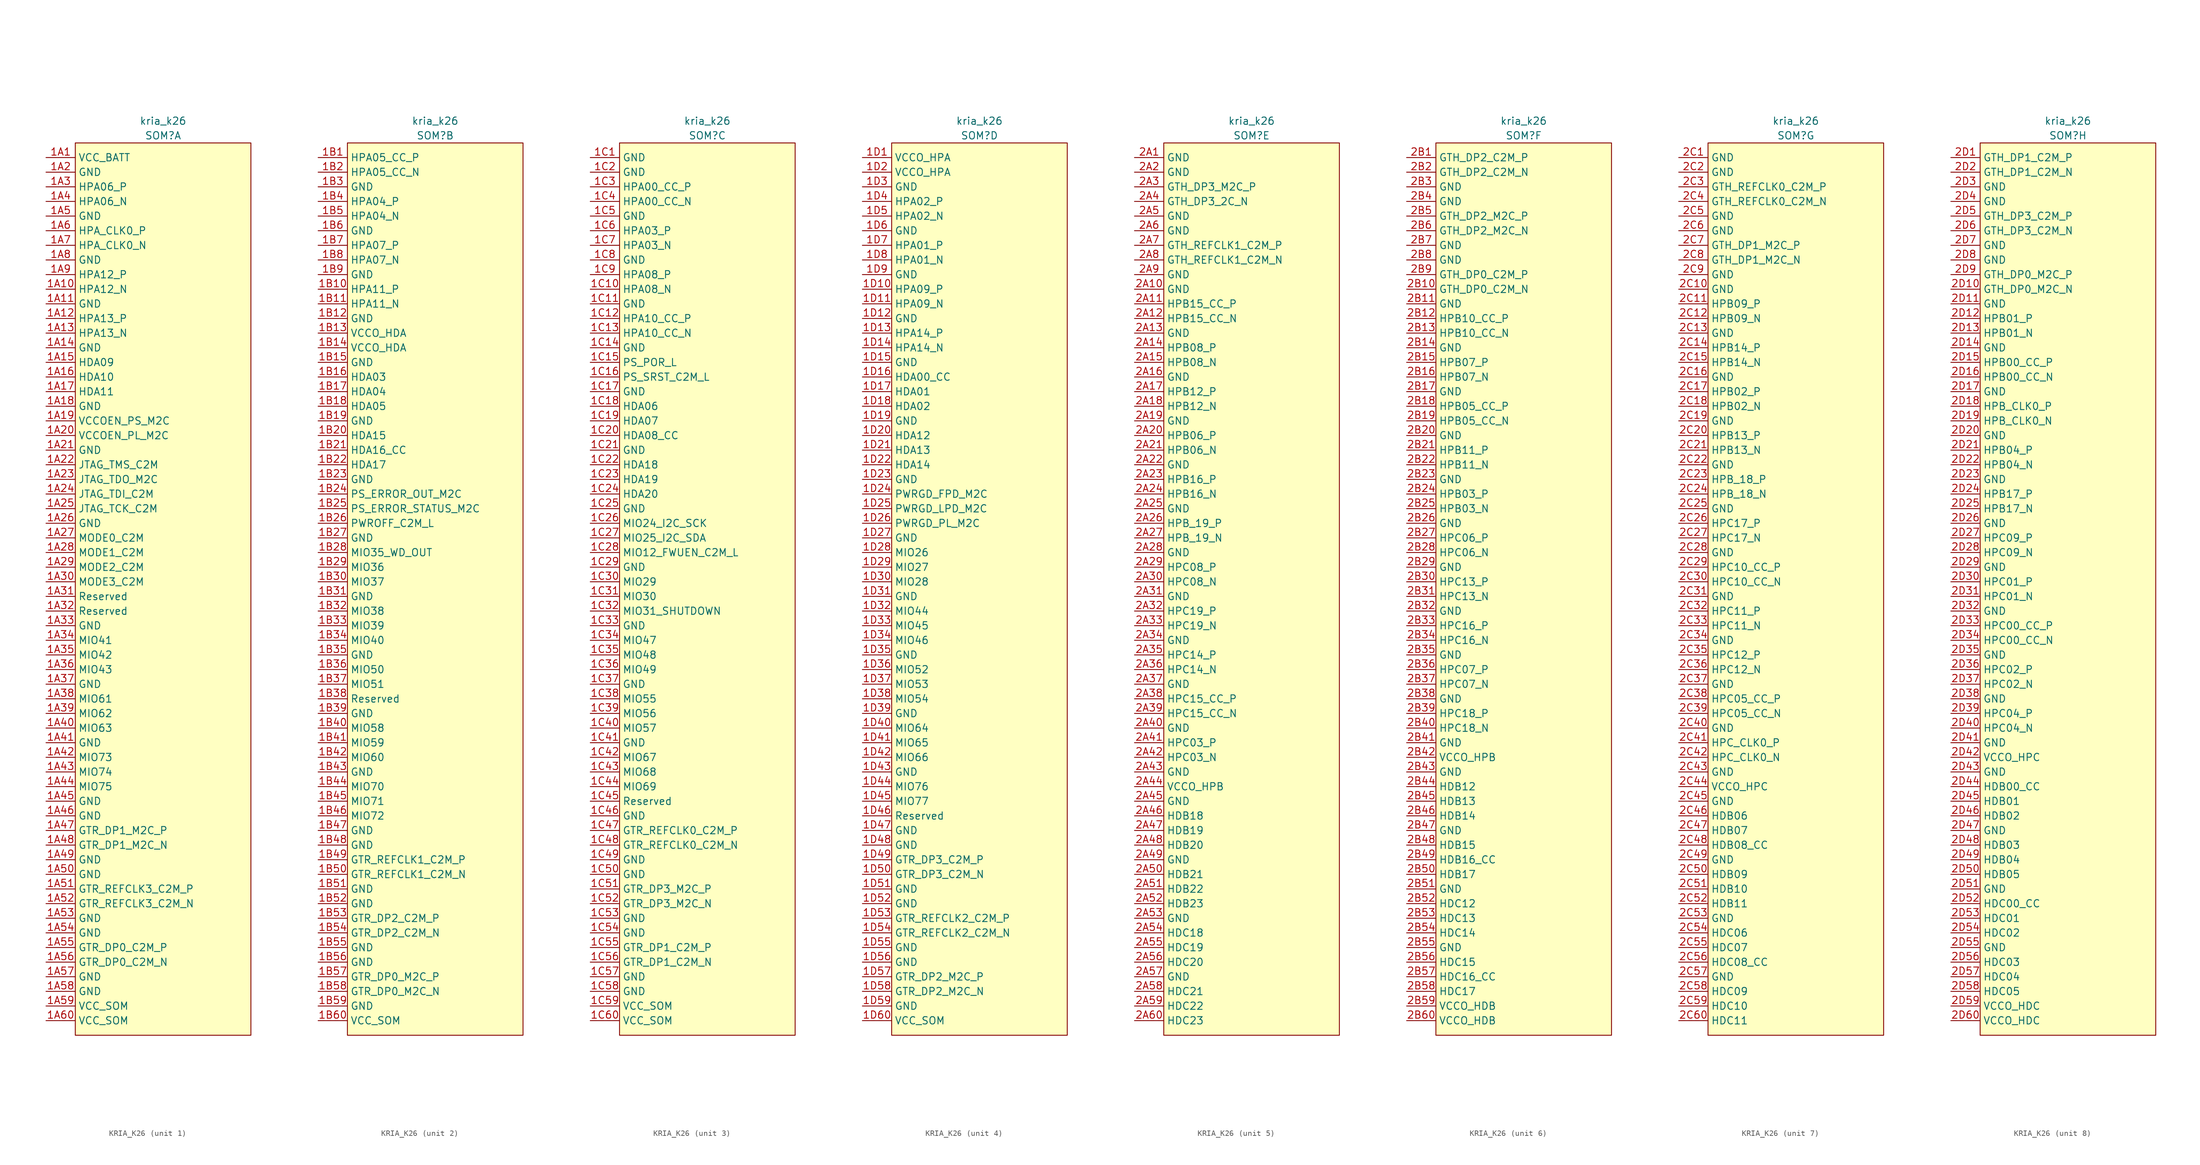
<source format=kicad_sym>
(kicad_symbol_lib
  (version 20201005)
  (generator kria_k26_import)
  (symbol "kria_k26:KRIA_K26"
    (property "Reference" "SOM"
      (at 0 1.27 0)
      (effects (font (size 1.27 1.27))))
    (property "Value" "kria_k26"
      (at 0 3.81 0)
      (effects (font (size 1.27 1.27))))
    (symbol "KRIA_K26_1_1"
      (pin passive line (at -20.32 -2.54 0) (length 5.08) (name "VCC_BATT" (effects (font (size 1.27 1.27)))) (number "1A1" (effects (font (size 1.27 1.27)))))
      (pin passive line (at -20.32 -5.08 0) (length 5.08) (name "GND" (effects (font (size 1.27 1.27)))) (number "1A2" (effects (font (size 1.27 1.27)))))
      (pin passive line (at -20.32 -7.62 0) (length 5.08) (name "HPA06_P" (effects (font (size 1.27 1.27)))) (number "1A3" (effects (font (size 1.27 1.27)))))
      (pin passive line (at -20.32 -10.16 0) (length 5.08) (name "HPA06_N" (effects (font (size 1.27 1.27)))) (number "1A4" (effects (font (size 1.27 1.27)))))
      (pin passive line (at -20.32 -12.70 0) (length 5.08) (name "GND" (effects (font (size 1.27 1.27)))) (number "1A5" (effects (font (size 1.27 1.27)))))
      (pin passive line (at -20.32 -15.24 0) (length 5.08) (name "HPA_CLK0_P" (effects (font (size 1.27 1.27)))) (number "1A6" (effects (font (size 1.27 1.27)))))
      (pin passive line (at -20.32 -17.78 0) (length 5.08) (name "HPA_CLK0_N" (effects (font (size 1.27 1.27)))) (number "1A7" (effects (font (size 1.27 1.27)))))
      (pin passive line (at -20.32 -20.32 0) (length 5.08) (name "GND" (effects (font (size 1.27 1.27)))) (number "1A8" (effects (font (size 1.27 1.27)))))
      (pin passive line (at -20.32 -22.86 0) (length 5.08) (name "HPA12_P" (effects (font (size 1.27 1.27)))) (number "1A9" (effects (font (size 1.27 1.27)))))
      (pin passive line (at -20.32 -25.40 0) (length 5.08) (name "HPA12_N" (effects (font (size 1.27 1.27)))) (number "1A10" (effects (font (size 1.27 1.27)))))
      (pin passive line (at -20.32 -27.94 0) (length 5.08) (name "GND" (effects (font (size 1.27 1.27)))) (number "1A11" (effects (font (size 1.27 1.27)))))
      (pin passive line (at -20.32 -30.48 0) (length 5.08) (name "HPA13_P" (effects (font (size 1.27 1.27)))) (number "1A12" (effects (font (size 1.27 1.27)))))
      (pin passive line (at -20.32 -33.02 0) (length 5.08) (name "HPA13_N" (effects (font (size 1.27 1.27)))) (number "1A13" (effects (font (size 1.27 1.27)))))
      (pin passive line (at -20.32 -35.56 0) (length 5.08) (name "GND" (effects (font (size 1.27 1.27)))) (number "1A14" (effects (font (size 1.27 1.27)))))
      (pin passive line (at -20.32 -38.10 0) (length 5.08) (name "HDA09" (effects (font (size 1.27 1.27)))) (number "1A15" (effects (font (size 1.27 1.27)))))
      (pin passive line (at -20.32 -40.64 0) (length 5.08) (name "HDA10" (effects (font (size 1.27 1.27)))) (number "1A16" (effects (font (size 1.27 1.27)))))
      (pin passive line (at -20.32 -43.18 0) (length 5.08) (name "HDA11" (effects (font (size 1.27 1.27)))) (number "1A17" (effects (font (size 1.27 1.27)))))
      (pin passive line (at -20.32 -45.72 0) (length 5.08) (name "GND" (effects (font (size 1.27 1.27)))) (number "1A18" (effects (font (size 1.27 1.27)))))
      (pin passive line (at -20.32 -48.26 0) (length 5.08) (name "VCCOEN_PS_M2C" (effects (font (size 1.27 1.27)))) (number "1A19" (effects (font (size 1.27 1.27)))))
      (pin passive line (at -20.32 -50.80 0) (length 5.08) (name "VCCOEN_PL_M2C" (effects (font (size 1.27 1.27)))) (number "1A20" (effects (font (size 1.27 1.27)))))
      (pin passive line (at -20.32 -53.34 0) (length 5.08) (name "GND" (effects (font (size 1.27 1.27)))) (number "1A21" (effects (font (size 1.27 1.27)))))
      (pin passive line (at -20.32 -55.88 0) (length 5.08) (name "JTAG_TMS_C2M" (effects (font (size 1.27 1.27)))) (number "1A22" (effects (font (size 1.27 1.27)))))
      (pin passive line (at -20.32 -58.42 0) (length 5.08) (name "JTAG_TDO_M2C" (effects (font (size 1.27 1.27)))) (number "1A23" (effects (font (size 1.27 1.27)))))
      (pin passive line (at -20.32 -60.96 0) (length 5.08) (name "JTAG_TDI_C2M" (effects (font (size 1.27 1.27)))) (number "1A24" (effects (font (size 1.27 1.27)))))
      (pin passive line (at -20.32 -63.50 0) (length 5.08) (name "JTAG_TCK_C2M" (effects (font (size 1.27 1.27)))) (number "1A25" (effects (font (size 1.27 1.27)))))
      (pin passive line (at -20.32 -66.04 0) (length 5.08) (name "GND" (effects (font (size 1.27 1.27)))) (number "1A26" (effects (font (size 1.27 1.27)))))
      (pin passive line (at -20.32 -68.58 0) (length 5.08) (name "MODE0_C2M" (effects (font (size 1.27 1.27)))) (number "1A27" (effects (font (size 1.27 1.27)))))
      (pin passive line (at -20.32 -71.12 0) (length 5.08) (name "MODE1_C2M" (effects (font (size 1.27 1.27)))) (number "1A28" (effects (font (size 1.27 1.27)))))
      (pin passive line (at -20.32 -73.66 0) (length 5.08) (name "MODE2_C2M" (effects (font (size 1.27 1.27)))) (number "1A29" (effects (font (size 1.27 1.27)))))
      (pin passive line (at -20.32 -76.20 0) (length 5.08) (name "MODE3_C2M" (effects (font (size 1.27 1.27)))) (number "1A30" (effects (font (size 1.27 1.27)))))
      (pin passive line (at -20.32 -78.74 0) (length 5.08) (name "Reserved" (effects (font (size 1.27 1.27)))) (number "1A31" (effects (font (size 1.27 1.27)))))
      (pin passive line (at -20.32 -81.28 0) (length 5.08) (name "Reserved" (effects (font (size 1.27 1.27)))) (number "1A32" (effects (font (size 1.27 1.27)))))
      (pin passive line (at -20.32 -83.82 0) (length 5.08) (name "GND" (effects (font (size 1.27 1.27)))) (number "1A33" (effects (font (size 1.27 1.27)))))
      (pin passive line (at -20.32 -86.36 0) (length 5.08) (name "MIO41" (effects (font (size 1.27 1.27)))) (number "1A34" (effects (font (size 1.27 1.27)))))
      (pin passive line (at -20.32 -88.90 0) (length 5.08) (name "MIO42" (effects (font (size 1.27 1.27)))) (number "1A35" (effects (font (size 1.27 1.27)))))
      (pin passive line (at -20.32 -91.44 0) (length 5.08) (name "MIO43" (effects (font (size 1.27 1.27)))) (number "1A36" (effects (font (size 1.27 1.27)))))
      (pin passive line (at -20.32 -93.98 0) (length 5.08) (name "GND" (effects (font (size 1.27 1.27)))) (number "1A37" (effects (font (size 1.27 1.27)))))
      (pin passive line (at -20.32 -96.52 0) (length 5.08) (name "MIO61" (effects (font (size 1.27 1.27)))) (number "1A38" (effects (font (size 1.27 1.27)))))
      (pin passive line (at -20.32 -99.06 0) (length 5.08) (name "MIO62" (effects (font (size 1.27 1.27)))) (number "1A39" (effects (font (size 1.27 1.27)))))
      (pin passive line (at -20.32 -101.60 0) (length 5.08) (name "MIO63" (effects (font (size 1.27 1.27)))) (number "1A40" (effects (font (size 1.27 1.27)))))
      (pin passive line (at -20.32 -104.14 0) (length 5.08) (name "GND" (effects (font (size 1.27 1.27)))) (number "1A41" (effects (font (size 1.27 1.27)))))
      (pin passive line (at -20.32 -106.68 0) (length 5.08) (name "MIO73" (effects (font (size 1.27 1.27)))) (number "1A42" (effects (font (size 1.27 1.27)))))
      (pin passive line (at -20.32 -109.22 0) (length 5.08) (name "MIO74" (effects (font (size 1.27 1.27)))) (number "1A43" (effects (font (size 1.27 1.27)))))
      (pin passive line (at -20.32 -111.76 0) (length 5.08) (name "MIO75" (effects (font (size 1.27 1.27)))) (number "1A44" (effects (font (size 1.27 1.27)))))
      (pin passive line (at -20.32 -114.30 0) (length 5.08) (name "GND" (effects (font (size 1.27 1.27)))) (number "1A45" (effects (font (size 1.27 1.27)))))
      (pin passive line (at -20.32 -116.84 0) (length 5.08) (name "GND" (effects (font (size 1.27 1.27)))) (number "1A46" (effects (font (size 1.27 1.27)))))
      (pin passive line (at -20.32 -119.38 0) (length 5.08) (name "GTR_DP1_M2C_P" (effects (font (size 1.27 1.27)))) (number "1A47" (effects (font (size 1.27 1.27)))))
      (pin passive line (at -20.32 -121.92 0) (length 5.08) (name "GTR_DP1_M2C_N" (effects (font (size 1.27 1.27)))) (number "1A48" (effects (font (size 1.27 1.27)))))
      (pin passive line (at -20.32 -124.46 0) (length 5.08) (name "GND" (effects (font (size 1.27 1.27)))) (number "1A49" (effects (font (size 1.27 1.27)))))
      (pin passive line (at -20.32 -127.00 0) (length 5.08) (name "GND" (effects (font (size 1.27 1.27)))) (number "1A50" (effects (font (size 1.27 1.27)))))
      (pin passive line (at -20.32 -129.54 0) (length 5.08) (name "GTR_REFCLK3_C2M_P" (effects (font (size 1.27 1.27)))) (number "1A51" (effects (font (size 1.27 1.27)))))
      (pin passive line (at -20.32 -132.08 0) (length 5.08) (name "GTR_REFCLK3_C2M_N" (effects (font (size 1.27 1.27)))) (number "1A52" (effects (font (size 1.27 1.27)))))
      (pin passive line (at -20.32 -134.62 0) (length 5.08) (name "GND" (effects (font (size 1.27 1.27)))) (number "1A53" (effects (font (size 1.27 1.27)))))
      (pin passive line (at -20.32 -137.16 0) (length 5.08) (name "GND" (effects (font (size 1.27 1.27)))) (number "1A54" (effects (font (size 1.27 1.27)))))
      (pin passive line (at -20.32 -139.70 0) (length 5.08) (name "GTR_DP0_C2M_P" (effects (font (size 1.27 1.27)))) (number "1A55" (effects (font (size 1.27 1.27)))))
      (pin passive line (at -20.32 -142.24 0) (length 5.08) (name "GTR_DP0_C2M_N" (effects (font (size 1.27 1.27)))) (number "1A56" (effects (font (size 1.27 1.27)))))
      (pin passive line (at -20.32 -144.78 0) (length 5.08) (name "GND" (effects (font (size 1.27 1.27)))) (number "1A57" (effects (font (size 1.27 1.27)))))
      (pin passive line (at -20.32 -147.32 0) (length 5.08) (name "GND" (effects (font (size 1.27 1.27)))) (number "1A58" (effects (font (size 1.27 1.27)))))
      (pin passive line (at -20.32 -149.86 0) (length 5.08) (name "VCC_SOM" (effects (font (size 1.27 1.27)))) (number "1A59" (effects (font (size 1.27 1.27)))))
      (pin passive line (at -20.32 -152.40 0) (length 5.08) (name "VCC_SOM" (effects (font (size 1.27 1.27)))) (number "1A60" (effects (font (size 1.27 1.27)))))
      (rectangle (start -15.24 0) (end 15.24 -154.94) (stroke (width 0.152)) (fill (type background))))
    (symbol "KRIA_K26_2_1"
      (pin passive line (at -20.32 -2.54 0) (length 5.08) (name "HPA05_CC_P" (effects (font (size 1.27 1.27)))) (number "1B1" (effects (font (size 1.27 1.27)))))
      (pin passive line (at -20.32 -5.08 0) (length 5.08) (name "HPA05_CC_N" (effects (font (size 1.27 1.27)))) (number "1B2" (effects (font (size 1.27 1.27)))))
      (pin passive line (at -20.32 -7.62 0) (length 5.08) (name "GND" (effects (font (size 1.27 1.27)))) (number "1B3" (effects (font (size 1.27 1.27)))))
      (pin passive line (at -20.32 -10.16 0) (length 5.08) (name "HPA04_P" (effects (font (size 1.27 1.27)))) (number "1B4" (effects (font (size 1.27 1.27)))))
      (pin passive line (at -20.32 -12.70 0) (length 5.08) (name "HPA04_N" (effects (font (size 1.27 1.27)))) (number "1B5" (effects (font (size 1.27 1.27)))))
      (pin passive line (at -20.32 -15.24 0) (length 5.08) (name "GND" (effects (font (size 1.27 1.27)))) (number "1B6" (effects (font (size 1.27 1.27)))))
      (pin passive line (at -20.32 -17.78 0) (length 5.08) (name "HPA07_P" (effects (font (size 1.27 1.27)))) (number "1B7" (effects (font (size 1.27 1.27)))))
      (pin passive line (at -20.32 -20.32 0) (length 5.08) (name "HPA07_N" (effects (font (size 1.27 1.27)))) (number "1B8" (effects (font (size 1.27 1.27)))))
      (pin passive line (at -20.32 -22.86 0) (length 5.08) (name "GND" (effects (font (size 1.27 1.27)))) (number "1B9" (effects (font (size 1.27 1.27)))))
      (pin passive line (at -20.32 -25.40 0) (length 5.08) (name "HPA11_P" (effects (font (size 1.27 1.27)))) (number "1B10" (effects (font (size 1.27 1.27)))))
      (pin passive line (at -20.32 -27.94 0) (length 5.08) (name "HPA11_N" (effects (font (size 1.27 1.27)))) (number "1B11" (effects (font (size 1.27 1.27)))))
      (pin passive line (at -20.32 -30.48 0) (length 5.08) (name "GND" (effects (font (size 1.27 1.27)))) (number "1B12" (effects (font (size 1.27 1.27)))))
      (pin passive line (at -20.32 -33.02 0) (length 5.08) (name "VCCO_HDA" (effects (font (size 1.27 1.27)))) (number "1B13" (effects (font (size 1.27 1.27)))))
      (pin passive line (at -20.32 -35.56 0) (length 5.08) (name "VCCO_HDA" (effects (font (size 1.27 1.27)))) (number "1B14" (effects (font (size 1.27 1.27)))))
      (pin passive line (at -20.32 -38.10 0) (length 5.08) (name "GND" (effects (font (size 1.27 1.27)))) (number "1B15" (effects (font (size 1.27 1.27)))))
      (pin passive line (at -20.32 -40.64 0) (length 5.08) (name "HDA03" (effects (font (size 1.27 1.27)))) (number "1B16" (effects (font (size 1.27 1.27)))))
      (pin passive line (at -20.32 -43.18 0) (length 5.08) (name "HDA04" (effects (font (size 1.27 1.27)))) (number "1B17" (effects (font (size 1.27 1.27)))))
      (pin passive line (at -20.32 -45.72 0) (length 5.08) (name "HDA05" (effects (font (size 1.27 1.27)))) (number "1B18" (effects (font (size 1.27 1.27)))))
      (pin passive line (at -20.32 -48.26 0) (length 5.08) (name "GND" (effects (font (size 1.27 1.27)))) (number "1B19" (effects (font (size 1.27 1.27)))))
      (pin passive line (at -20.32 -50.80 0) (length 5.08) (name "HDA15" (effects (font (size 1.27 1.27)))) (number "1B20" (effects (font (size 1.27 1.27)))))
      (pin passive line (at -20.32 -53.34 0) (length 5.08) (name "HDA16_CC" (effects (font (size 1.27 1.27)))) (number "1B21" (effects (font (size 1.27 1.27)))))
      (pin passive line (at -20.32 -55.88 0) (length 5.08) (name "HDA17" (effects (font (size 1.27 1.27)))) (number "1B22" (effects (font (size 1.27 1.27)))))
      (pin passive line (at -20.32 -58.42 0) (length 5.08) (name "GND" (effects (font (size 1.27 1.27)))) (number "1B23" (effects (font (size 1.27 1.27)))))
      (pin passive line (at -20.32 -60.96 0) (length 5.08) (name "PS_ERROR_OUT_M2C" (effects (font (size 1.27 1.27)))) (number "1B24" (effects (font (size 1.27 1.27)))))
      (pin passive line (at -20.32 -63.50 0) (length 5.08) (name "PS_ERROR_STATUS_M2C" (effects (font (size 1.27 1.27)))) (number "1B25" (effects (font (size 1.27 1.27)))))
      (pin passive line (at -20.32 -66.04 0) (length 5.08) (name "PWROFF_C2M_L" (effects (font (size 1.27 1.27)))) (number "1B26" (effects (font (size 1.27 1.27)))))
      (pin passive line (at -20.32 -68.58 0) (length 5.08) (name "GND" (effects (font (size 1.27 1.27)))) (number "1B27" (effects (font (size 1.27 1.27)))))
      (pin passive line (at -20.32 -71.12 0) (length 5.08) (name "MIO35_WD_OUT" (effects (font (size 1.27 1.27)))) (number "1B28" (effects (font (size 1.27 1.27)))))
      (pin passive line (at -20.32 -73.66 0) (length 5.08) (name "MIO36" (effects (font (size 1.27 1.27)))) (number "1B29" (effects (font (size 1.27 1.27)))))
      (pin passive line (at -20.32 -76.20 0) (length 5.08) (name "MIO37" (effects (font (size 1.27 1.27)))) (number "1B30" (effects (font (size 1.27 1.27)))))
      (pin passive line (at -20.32 -78.74 0) (length 5.08) (name "GND" (effects (font (size 1.27 1.27)))) (number "1B31" (effects (font (size 1.27 1.27)))))
      (pin passive line (at -20.32 -81.28 0) (length 5.08) (name "MIO38" (effects (font (size 1.27 1.27)))) (number "1B32" (effects (font (size 1.27 1.27)))))
      (pin passive line (at -20.32 -83.82 0) (length 5.08) (name "MIO39" (effects (font (size 1.27 1.27)))) (number "1B33" (effects (font (size 1.27 1.27)))))
      (pin passive line (at -20.32 -86.36 0) (length 5.08) (name "MIO40" (effects (font (size 1.27 1.27)))) (number "1B34" (effects (font (size 1.27 1.27)))))
      (pin passive line (at -20.32 -88.90 0) (length 5.08) (name "GND" (effects (font (size 1.27 1.27)))) (number "1B35" (effects (font (size 1.27 1.27)))))
      (pin passive line (at -20.32 -91.44 0) (length 5.08) (name "MIO50" (effects (font (size 1.27 1.27)))) (number "1B36" (effects (font (size 1.27 1.27)))))
      (pin passive line (at -20.32 -93.98 0) (length 5.08) (name "MIO51" (effects (font (size 1.27 1.27)))) (number "1B37" (effects (font (size 1.27 1.27)))))
      (pin passive line (at -20.32 -96.52 0) (length 5.08) (name "Reserved" (effects (font (size 1.27 1.27)))) (number "1B38" (effects (font (size 1.27 1.27)))))
      (pin passive line (at -20.32 -99.06 0) (length 5.08) (name "GND" (effects (font (size 1.27 1.27)))) (number "1B39" (effects (font (size 1.27 1.27)))))
      (pin passive line (at -20.32 -101.60 0) (length 5.08) (name "MIO58" (effects (font (size 1.27 1.27)))) (number "1B40" (effects (font (size 1.27 1.27)))))
      (pin passive line (at -20.32 -104.14 0) (length 5.08) (name "MIO59" (effects (font (size 1.27 1.27)))) (number "1B41" (effects (font (size 1.27 1.27)))))
      (pin passive line (at -20.32 -106.68 0) (length 5.08) (name "MIO60" (effects (font (size 1.27 1.27)))) (number "1B42" (effects (font (size 1.27 1.27)))))
      (pin passive line (at -20.32 -109.22 0) (length 5.08) (name "GND" (effects (font (size 1.27 1.27)))) (number "1B43" (effects (font (size 1.27 1.27)))))
      (pin passive line (at -20.32 -111.76 0) (length 5.08) (name "MIO70" (effects (font (size 1.27 1.27)))) (number "1B44" (effects (font (size 1.27 1.27)))))
      (pin passive line (at -20.32 -114.30 0) (length 5.08) (name "MIO71" (effects (font (size 1.27 1.27)))) (number "1B45" (effects (font (size 1.27 1.27)))))
      (pin passive line (at -20.32 -116.84 0) (length 5.08) (name "MIO72" (effects (font (size 1.27 1.27)))) (number "1B46" (effects (font (size 1.27 1.27)))))
      (pin passive line (at -20.32 -119.38 0) (length 5.08) (name "GND" (effects (font (size 1.27 1.27)))) (number "1B47" (effects (font (size 1.27 1.27)))))
      (pin passive line (at -20.32 -121.92 0) (length 5.08) (name "GND" (effects (font (size 1.27 1.27)))) (number "1B48" (effects (font (size 1.27 1.27)))))
      (pin passive line (at -20.32 -124.46 0) (length 5.08) (name "GTR_REFCLK1_C2M_P" (effects (font (size 1.27 1.27)))) (number "1B49" (effects (font (size 1.27 1.27)))))
      (pin passive line (at -20.32 -127.00 0) (length 5.08) (name "GTR_REFCLK1_C2M_N" (effects (font (size 1.27 1.27)))) (number "1B50" (effects (font (size 1.27 1.27)))))
      (pin passive line (at -20.32 -129.54 0) (length 5.08) (name "GND" (effects (font (size 1.27 1.27)))) (number "1B51" (effects (font (size 1.27 1.27)))))
      (pin passive line (at -20.32 -132.08 0) (length 5.08) (name "GND" (effects (font (size 1.27 1.27)))) (number "1B52" (effects (font (size 1.27 1.27)))))
      (pin passive line (at -20.32 -134.62 0) (length 5.08) (name "GTR_DP2_C2M_P" (effects (font (size 1.27 1.27)))) (number "1B53" (effects (font (size 1.27 1.27)))))
      (pin passive line (at -20.32 -137.16 0) (length 5.08) (name "GTR_DP2_C2M_N" (effects (font (size 1.27 1.27)))) (number "1B54" (effects (font (size 1.27 1.27)))))
      (pin passive line (at -20.32 -139.70 0) (length 5.08) (name "GND" (effects (font (size 1.27 1.27)))) (number "1B55" (effects (font (size 1.27 1.27)))))
      (pin passive line (at -20.32 -142.24 0) (length 5.08) (name "GND" (effects (font (size 1.27 1.27)))) (number "1B56" (effects (font (size 1.27 1.27)))))
      (pin passive line (at -20.32 -144.78 0) (length 5.08) (name "GTR_DP0_M2C_P" (effects (font (size 1.27 1.27)))) (number "1B57" (effects (font (size 1.27 1.27)))))
      (pin passive line (at -20.32 -147.32 0) (length 5.08) (name "GTR_DP0_M2C_N" (effects (font (size 1.27 1.27)))) (number "1B58" (effects (font (size 1.27 1.27)))))
      (pin passive line (at -20.32 -149.86 0) (length 5.08) (name "GND" (effects (font (size 1.27 1.27)))) (number "1B59" (effects (font (size 1.27 1.27)))))
      (pin passive line (at -20.32 -152.40 0) (length 5.08) (name "VCC_SOM" (effects (font (size 1.27 1.27)))) (number "1B60" (effects (font (size 1.27 1.27)))))
      (rectangle (start -15.24 0) (end 15.24 -154.94) (stroke (width 0.152)) (fill (type background))))
    (symbol "KRIA_K26_3_1"
      (pin passive line (at -20.32 -2.54 0) (length 5.08) (name "GND" (effects (font (size 1.27 1.27)))) (number "1C1" (effects (font (size 1.27 1.27)))))
      (pin passive line (at -20.32 -5.08 0) (length 5.08) (name "GND" (effects (font (size 1.27 1.27)))) (number "1C2" (effects (font (size 1.27 1.27)))))
      (pin passive line (at -20.32 -7.62 0) (length 5.08) (name "HPA00_CC_P" (effects (font (size 1.27 1.27)))) (number "1C3" (effects (font (size 1.27 1.27)))))
      (pin passive line (at -20.32 -10.16 0) (length 5.08) (name "HPA00_CC_N" (effects (font (size 1.27 1.27)))) (number "1C4" (effects (font (size 1.27 1.27)))))
      (pin passive line (at -20.32 -12.70 0) (length 5.08) (name "GND" (effects (font (size 1.27 1.27)))) (number "1C5" (effects (font (size 1.27 1.27)))))
      (pin passive line (at -20.32 -15.24 0) (length 5.08) (name "HPA03_P" (effects (font (size 1.27 1.27)))) (number "1C6" (effects (font (size 1.27 1.27)))))
      (pin passive line (at -20.32 -17.78 0) (length 5.08) (name "HPA03_N" (effects (font (size 1.27 1.27)))) (number "1C7" (effects (font (size 1.27 1.27)))))
      (pin passive line (at -20.32 -20.32 0) (length 5.08) (name "GND" (effects (font (size 1.27 1.27)))) (number "1C8" (effects (font (size 1.27 1.27)))))
      (pin passive line (at -20.32 -22.86 0) (length 5.08) (name "HPA08_P" (effects (font (size 1.27 1.27)))) (number "1C9" (effects (font (size 1.27 1.27)))))
      (pin passive line (at -20.32 -25.40 0) (length 5.08) (name "HPA08_N" (effects (font (size 1.27 1.27)))) (number "1C10" (effects (font (size 1.27 1.27)))))
      (pin passive line (at -20.32 -27.94 0) (length 5.08) (name "GND" (effects (font (size 1.27 1.27)))) (number "1C11" (effects (font (size 1.27 1.27)))))
      (pin passive line (at -20.32 -30.48 0) (length 5.08) (name "HPA10_CC_P" (effects (font (size 1.27 1.27)))) (number "1C12" (effects (font (size 1.27 1.27)))))
      (pin passive line (at -20.32 -33.02 0) (length 5.08) (name "HPA10_CC_N" (effects (font (size 1.27 1.27)))) (number "1C13" (effects (font (size 1.27 1.27)))))
      (pin passive line (at -20.32 -35.56 0) (length 5.08) (name "GND" (effects (font (size 1.27 1.27)))) (number "1C14" (effects (font (size 1.27 1.27)))))
      (pin passive line (at -20.32 -38.10 0) (length 5.08) (name "PS_POR_L" (effects (font (size 1.27 1.27)))) (number "1C15" (effects (font (size 1.27 1.27)))))
      (pin passive line (at -20.32 -40.64 0) (length 5.08) (name "PS_SRST_C2M_L" (effects (font (size 1.27 1.27)))) (number "1C16" (effects (font (size 1.27 1.27)))))
      (pin passive line (at -20.32 -43.18 0) (length 5.08) (name "GND" (effects (font (size 1.27 1.27)))) (number "1C17" (effects (font (size 1.27 1.27)))))
      (pin passive line (at -20.32 -45.72 0) (length 5.08) (name "HDA06" (effects (font (size 1.27 1.27)))) (number "1C18" (effects (font (size 1.27 1.27)))))
      (pin passive line (at -20.32 -48.26 0) (length 5.08) (name "HDA07" (effects (font (size 1.27 1.27)))) (number "1C19" (effects (font (size 1.27 1.27)))))
      (pin passive line (at -20.32 -50.80 0) (length 5.08) (name "HDA08_CC" (effects (font (size 1.27 1.27)))) (number "1C20" (effects (font (size 1.27 1.27)))))
      (pin passive line (at -20.32 -53.34 0) (length 5.08) (name "GND" (effects (font (size 1.27 1.27)))) (number "1C21" (effects (font (size 1.27 1.27)))))
      (pin passive line (at -20.32 -55.88 0) (length 5.08) (name "HDA18" (effects (font (size 1.27 1.27)))) (number "1C22" (effects (font (size 1.27 1.27)))))
      (pin passive line (at -20.32 -58.42 0) (length 5.08) (name "HDA19" (effects (font (size 1.27 1.27)))) (number "1C23" (effects (font (size 1.27 1.27)))))
      (pin passive line (at -20.32 -60.96 0) (length 5.08) (name "HDA20" (effects (font (size 1.27 1.27)))) (number "1C24" (effects (font (size 1.27 1.27)))))
      (pin passive line (at -20.32 -63.50 0) (length 5.08) (name "GND" (effects (font (size 1.27 1.27)))) (number "1C25" (effects (font (size 1.27 1.27)))))
      (pin passive line (at -20.32 -66.04 0) (length 5.08) (name "MIO24_I2C_SCK" (effects (font (size 1.27 1.27)))) (number "1C26" (effects (font (size 1.27 1.27)))))
      (pin passive line (at -20.32 -68.58 0) (length 5.08) (name "MIO25_I2C_SDA" (effects (font (size 1.27 1.27)))) (number "1C27" (effects (font (size 1.27 1.27)))))
      (pin passive line (at -20.32 -71.12 0) (length 5.08) (name "MIO12_FWUEN_C2M_L" (effects (font (size 1.27 1.27)))) (number "1C28" (effects (font (size 1.27 1.27)))))
      (pin passive line (at -20.32 -73.66 0) (length 5.08) (name "GND" (effects (font (size 1.27 1.27)))) (number "1C29" (effects (font (size 1.27 1.27)))))
      (pin passive line (at -20.32 -76.20 0) (length 5.08) (name "MIO29" (effects (font (size 1.27 1.27)))) (number "1C30" (effects (font (size 1.27 1.27)))))
      (pin passive line (at -20.32 -78.74 0) (length 5.08) (name "MIO30" (effects (font (size 1.27 1.27)))) (number "1C31" (effects (font (size 1.27 1.27)))))
      (pin passive line (at -20.32 -81.28 0) (length 5.08) (name "MIO31_SHUTDOWN" (effects (font (size 1.27 1.27)))) (number "1C32" (effects (font (size 1.27 1.27)))))
      (pin passive line (at -20.32 -83.82 0) (length 5.08) (name "GND" (effects (font (size 1.27 1.27)))) (number "1C33" (effects (font (size 1.27 1.27)))))
      (pin passive line (at -20.32 -86.36 0) (length 5.08) (name "MIO47" (effects (font (size 1.27 1.27)))) (number "1C34" (effects (font (size 1.27 1.27)))))
      (pin passive line (at -20.32 -88.90 0) (length 5.08) (name "MIO48" (effects (font (size 1.27 1.27)))) (number "1C35" (effects (font (size 1.27 1.27)))))
      (pin passive line (at -20.32 -91.44 0) (length 5.08) (name "MIO49" (effects (font (size 1.27 1.27)))) (number "1C36" (effects (font (size 1.27 1.27)))))
      (pin passive line (at -20.32 -93.98 0) (length 5.08) (name "GND" (effects (font (size 1.27 1.27)))) (number "1C37" (effects (font (size 1.27 1.27)))))
      (pin passive line (at -20.32 -96.52 0) (length 5.08) (name "MIO55" (effects (font (size 1.27 1.27)))) (number "1C38" (effects (font (size 1.27 1.27)))))
      (pin passive line (at -20.32 -99.06 0) (length 5.08) (name "MIO56" (effects (font (size 1.27 1.27)))) (number "1C39" (effects (font (size 1.27 1.27)))))
      (pin passive line (at -20.32 -101.60 0) (length 5.08) (name "MIO57" (effects (font (size 1.27 1.27)))) (number "1C40" (effects (font (size 1.27 1.27)))))
      (pin passive line (at -20.32 -104.14 0) (length 5.08) (name "GND" (effects (font (size 1.27 1.27)))) (number "1C41" (effects (font (size 1.27 1.27)))))
      (pin passive line (at -20.32 -106.68 0) (length 5.08) (name "MIO67" (effects (font (size 1.27 1.27)))) (number "1C42" (effects (font (size 1.27 1.27)))))
      (pin passive line (at -20.32 -109.22 0) (length 5.08) (name "MIO68" (effects (font (size 1.27 1.27)))) (number "1C43" (effects (font (size 1.27 1.27)))))
      (pin passive line (at -20.32 -111.76 0) (length 5.08) (name "MIO69" (effects (font (size 1.27 1.27)))) (number "1C44" (effects (font (size 1.27 1.27)))))
      (pin passive line (at -20.32 -114.30 0) (length 5.08) (name "Reserved" (effects (font (size 1.27 1.27)))) (number "1C45" (effects (font (size 1.27 1.27)))))
      (pin passive line (at -20.32 -116.84 0) (length 5.08) (name "GND" (effects (font (size 1.27 1.27)))) (number "1C46" (effects (font (size 1.27 1.27)))))
      (pin passive line (at -20.32 -119.38 0) (length 5.08) (name "GTR_REFCLK0_C2M_P" (effects (font (size 1.27 1.27)))) (number "1C47" (effects (font (size 1.27 1.27)))))
      (pin passive line (at -20.32 -121.92 0) (length 5.08) (name "GTR_REFCLK0_C2M_N" (effects (font (size 1.27 1.27)))) (number "1C48" (effects (font (size 1.27 1.27)))))
      (pin passive line (at -20.32 -124.46 0) (length 5.08) (name "GND" (effects (font (size 1.27 1.27)))) (number "1C49" (effects (font (size 1.27 1.27)))))
      (pin passive line (at -20.32 -127.00 0) (length 5.08) (name "GND" (effects (font (size 1.27 1.27)))) (number "1C50" (effects (font (size 1.27 1.27)))))
      (pin passive line (at -20.32 -129.54 0) (length 5.08) (name "GTR_DP3_M2C_P" (effects (font (size 1.27 1.27)))) (number "1C51" (effects (font (size 1.27 1.27)))))
      (pin passive line (at -20.32 -132.08 0) (length 5.08) (name "GTR_DP3_M2C_N" (effects (font (size 1.27 1.27)))) (number "1C52" (effects (font (size 1.27 1.27)))))
      (pin passive line (at -20.32 -134.62 0) (length 5.08) (name "GND" (effects (font (size 1.27 1.27)))) (number "1C53" (effects (font (size 1.27 1.27)))))
      (pin passive line (at -20.32 -137.16 0) (length 5.08) (name "GND" (effects (font (size 1.27 1.27)))) (number "1C54" (effects (font (size 1.27 1.27)))))
      (pin passive line (at -20.32 -139.70 0) (length 5.08) (name "GTR_DP1_C2M_P" (effects (font (size 1.27 1.27)))) (number "1C55" (effects (font (size 1.27 1.27)))))
      (pin passive line (at -20.32 -142.24 0) (length 5.08) (name "GTR_DP1_C2M_N" (effects (font (size 1.27 1.27)))) (number "1C56" (effects (font (size 1.27 1.27)))))
      (pin passive line (at -20.32 -144.78 0) (length 5.08) (name "GND" (effects (font (size 1.27 1.27)))) (number "1C57" (effects (font (size 1.27 1.27)))))
      (pin passive line (at -20.32 -147.32 0) (length 5.08) (name "GND" (effects (font (size 1.27 1.27)))) (number "1C58" (effects (font (size 1.27 1.27)))))
      (pin passive line (at -20.32 -149.86 0) (length 5.08) (name "VCC_SOM" (effects (font (size 1.27 1.27)))) (number "1C59" (effects (font (size 1.27 1.27)))))
      (pin passive line (at -20.32 -152.40 0) (length 5.08) (name "VCC_SOM" (effects (font (size 1.27 1.27)))) (number "1C60" (effects (font (size 1.27 1.27)))))
      (rectangle (start -15.24 0) (end 15.24 -154.94) (stroke (width 0.152)) (fill (type background))))
    (symbol "KRIA_K26_4_1"
      (pin passive line (at -20.32 -2.54 0) (length 5.08) (name "VCCO_HPA" (effects (font (size 1.27 1.27)))) (number "1D1" (effects (font (size 1.27 1.27)))))
      (pin passive line (at -20.32 -5.08 0) (length 5.08) (name "VCCO_HPA" (effects (font (size 1.27 1.27)))) (number "1D2" (effects (font (size 1.27 1.27)))))
      (pin passive line (at -20.32 -7.62 0) (length 5.08) (name "GND" (effects (font (size 1.27 1.27)))) (number "1D3" (effects (font (size 1.27 1.27)))))
      (pin passive line (at -20.32 -10.16 0) (length 5.08) (name "HPA02_P" (effects (font (size 1.27 1.27)))) (number "1D4" (effects (font (size 1.27 1.27)))))
      (pin passive line (at -20.32 -12.70 0) (length 5.08) (name "HPA02_N" (effects (font (size 1.27 1.27)))) (number "1D5" (effects (font (size 1.27 1.27)))))
      (pin passive line (at -20.32 -15.24 0) (length 5.08) (name "GND" (effects (font (size 1.27 1.27)))) (number "1D6" (effects (font (size 1.27 1.27)))))
      (pin passive line (at -20.32 -17.78 0) (length 5.08) (name "HPA01_P" (effects (font (size 1.27 1.27)))) (number "1D7" (effects (font (size 1.27 1.27)))))
      (pin passive line (at -20.32 -20.32 0) (length 5.08) (name "HPA01_N" (effects (font (size 1.27 1.27)))) (number "1D8" (effects (font (size 1.27 1.27)))))
      (pin passive line (at -20.32 -22.86 0) (length 5.08) (name "GND" (effects (font (size 1.27 1.27)))) (number "1D9" (effects (font (size 1.27 1.27)))))
      (pin passive line (at -20.32 -25.40 0) (length 5.08) (name "HPA09_P" (effects (font (size 1.27 1.27)))) (number "1D10" (effects (font (size 1.27 1.27)))))
      (pin passive line (at -20.32 -27.94 0) (length 5.08) (name "HPA09_N" (effects (font (size 1.27 1.27)))) (number "1D11" (effects (font (size 1.27 1.27)))))
      (pin passive line (at -20.32 -30.48 0) (length 5.08) (name "GND" (effects (font (size 1.27 1.27)))) (number "1D12" (effects (font (size 1.27 1.27)))))
      (pin passive line (at -20.32 -33.02 0) (length 5.08) (name "HPA14_P" (effects (font (size 1.27 1.27)))) (number "1D13" (effects (font (size 1.27 1.27)))))
      (pin passive line (at -20.32 -35.56 0) (length 5.08) (name "HPA14_N" (effects (font (size 1.27 1.27)))) (number "1D14" (effects (font (size 1.27 1.27)))))
      (pin passive line (at -20.32 -38.10 0) (length 5.08) (name "GND" (effects (font (size 1.27 1.27)))) (number "1D15" (effects (font (size 1.27 1.27)))))
      (pin passive line (at -20.32 -40.64 0) (length 5.08) (name "HDA00_CC" (effects (font (size 1.27 1.27)))) (number "1D16" (effects (font (size 1.27 1.27)))))
      (pin passive line (at -20.32 -43.18 0) (length 5.08) (name "HDA01" (effects (font (size 1.27 1.27)))) (number "1D17" (effects (font (size 1.27 1.27)))))
      (pin passive line (at -20.32 -45.72 0) (length 5.08) (name "HDA02" (effects (font (size 1.27 1.27)))) (number "1D18" (effects (font (size 1.27 1.27)))))
      (pin passive line (at -20.32 -48.26 0) (length 5.08) (name "GND" (effects (font (size 1.27 1.27)))) (number "1D19" (effects (font (size 1.27 1.27)))))
      (pin passive line (at -20.32 -50.80 0) (length 5.08) (name "HDA12" (effects (font (size 1.27 1.27)))) (number "1D20" (effects (font (size 1.27 1.27)))))
      (pin passive line (at -20.32 -53.34 0) (length 5.08) (name "HDA13" (effects (font (size 1.27 1.27)))) (number "1D21" (effects (font (size 1.27 1.27)))))
      (pin passive line (at -20.32 -55.88 0) (length 5.08) (name "HDA14" (effects (font (size 1.27 1.27)))) (number "1D22" (effects (font (size 1.27 1.27)))))
      (pin passive line (at -20.32 -58.42 0) (length 5.08) (name "GND" (effects (font (size 1.27 1.27)))) (number "1D23" (effects (font (size 1.27 1.27)))))
      (pin passive line (at -20.32 -60.96 0) (length 5.08) (name "PWRGD_FPD_M2C" (effects (font (size 1.27 1.27)))) (number "1D24" (effects (font (size 1.27 1.27)))))
      (pin passive line (at -20.32 -63.50 0) (length 5.08) (name "PWRGD_LPD_M2C" (effects (font (size 1.27 1.27)))) (number "1D25" (effects (font (size 1.27 1.27)))))
      (pin passive line (at -20.32 -66.04 0) (length 5.08) (name "PWRGD_PL_M2C" (effects (font (size 1.27 1.27)))) (number "1D26" (effects (font (size 1.27 1.27)))))
      (pin passive line (at -20.32 -68.58 0) (length 5.08) (name "GND" (effects (font (size 1.27 1.27)))) (number "1D27" (effects (font (size 1.27 1.27)))))
      (pin passive line (at -20.32 -71.12 0) (length 5.08) (name "MIO26" (effects (font (size 1.27 1.27)))) (number "1D28" (effects (font (size 1.27 1.27)))))
      (pin passive line (at -20.32 -73.66 0) (length 5.08) (name "MIO27" (effects (font (size 1.27 1.27)))) (number "1D29" (effects (font (size 1.27 1.27)))))
      (pin passive line (at -20.32 -76.20 0) (length 5.08) (name "MIO28" (effects (font (size 1.27 1.27)))) (number "1D30" (effects (font (size 1.27 1.27)))))
      (pin passive line (at -20.32 -78.74 0) (length 5.08) (name "GND" (effects (font (size 1.27 1.27)))) (number "1D31" (effects (font (size 1.27 1.27)))))
      (pin passive line (at -20.32 -81.28 0) (length 5.08) (name "MIO44" (effects (font (size 1.27 1.27)))) (number "1D32" (effects (font (size 1.27 1.27)))))
      (pin passive line (at -20.32 -83.82 0) (length 5.08) (name "MIO45" (effects (font (size 1.27 1.27)))) (number "1D33" (effects (font (size 1.27 1.27)))))
      (pin passive line (at -20.32 -86.36 0) (length 5.08) (name "MIO46" (effects (font (size 1.27 1.27)))) (number "1D34" (effects (font (size 1.27 1.27)))))
      (pin passive line (at -20.32 -88.90 0) (length 5.08) (name "GND" (effects (font (size 1.27 1.27)))) (number "1D35" (effects (font (size 1.27 1.27)))))
      (pin passive line (at -20.32 -91.44 0) (length 5.08) (name "MIO52" (effects (font (size 1.27 1.27)))) (number "1D36" (effects (font (size 1.27 1.27)))))
      (pin passive line (at -20.32 -93.98 0) (length 5.08) (name "MIO53" (effects (font (size 1.27 1.27)))) (number "1D37" (effects (font (size 1.27 1.27)))))
      (pin passive line (at -20.32 -96.52 0) (length 5.08) (name "MIO54" (effects (font (size 1.27 1.27)))) (number "1D38" (effects (font (size 1.27 1.27)))))
      (pin passive line (at -20.32 -99.06 0) (length 5.08) (name "GND" (effects (font (size 1.27 1.27)))) (number "1D39" (effects (font (size 1.27 1.27)))))
      (pin passive line (at -20.32 -101.60 0) (length 5.08) (name "MIO64" (effects (font (size 1.27 1.27)))) (number "1D40" (effects (font (size 1.27 1.27)))))
      (pin passive line (at -20.32 -104.14 0) (length 5.08) (name "MIO65" (effects (font (size 1.27 1.27)))) (number "1D41" (effects (font (size 1.27 1.27)))))
      (pin passive line (at -20.32 -106.68 0) (length 5.08) (name "MIO66" (effects (font (size 1.27 1.27)))) (number "1D42" (effects (font (size 1.27 1.27)))))
      (pin passive line (at -20.32 -109.22 0) (length 5.08) (name "GND" (effects (font (size 1.27 1.27)))) (number "1D43" (effects (font (size 1.27 1.27)))))
      (pin passive line (at -20.32 -111.76 0) (length 5.08) (name "MIO76" (effects (font (size 1.27 1.27)))) (number "1D44" (effects (font (size 1.27 1.27)))))
      (pin passive line (at -20.32 -114.30 0) (length 5.08) (name "MIO77" (effects (font (size 1.27 1.27)))) (number "1D45" (effects (font (size 1.27 1.27)))))
      (pin passive line (at -20.32 -116.84 0) (length 5.08) (name "Reserved" (effects (font (size 1.27 1.27)))) (number "1D46" (effects (font (size 1.27 1.27)))))
      (pin passive line (at -20.32 -119.38 0) (length 5.08) (name "GND" (effects (font (size 1.27 1.27)))) (number "1D47" (effects (font (size 1.27 1.27)))))
      (pin passive line (at -20.32 -121.92 0) (length 5.08) (name "GND" (effects (font (size 1.27 1.27)))) (number "1D48" (effects (font (size 1.27 1.27)))))
      (pin passive line (at -20.32 -124.46 0) (length 5.08) (name "GTR_DP3_C2M_P" (effects (font (size 1.27 1.27)))) (number "1D49" (effects (font (size 1.27 1.27)))))
      (pin passive line (at -20.32 -127.00 0) (length 5.08) (name "GTR_DP3_C2M_N" (effects (font (size 1.27 1.27)))) (number "1D50" (effects (font (size 1.27 1.27)))))
      (pin passive line (at -20.32 -129.54 0) (length 5.08) (name "GND" (effects (font (size 1.27 1.27)))) (number "1D51" (effects (font (size 1.27 1.27)))))
      (pin passive line (at -20.32 -132.08 0) (length 5.08) (name "GND" (effects (font (size 1.27 1.27)))) (number "1D52" (effects (font (size 1.27 1.27)))))
      (pin passive line (at -20.32 -134.62 0) (length 5.08) (name "GTR_REFCLK2_C2M_P" (effects (font (size 1.27 1.27)))) (number "1D53" (effects (font (size 1.27 1.27)))))
      (pin passive line (at -20.32 -137.16 0) (length 5.08) (name "GTR_REFCLK2_C2M_N" (effects (font (size 1.27 1.27)))) (number "1D54" (effects (font (size 1.27 1.27)))))
      (pin passive line (at -20.32 -139.70 0) (length 5.08) (name "GND" (effects (font (size 1.27 1.27)))) (number "1D55" (effects (font (size 1.27 1.27)))))
      (pin passive line (at -20.32 -142.24 0) (length 5.08) (name "GND" (effects (font (size 1.27 1.27)))) (number "1D56" (effects (font (size 1.27 1.27)))))
      (pin passive line (at -20.32 -144.78 0) (length 5.08) (name "GTR_DP2_M2C_P" (effects (font (size 1.27 1.27)))) (number "1D57" (effects (font (size 1.27 1.27)))))
      (pin passive line (at -20.32 -147.32 0) (length 5.08) (name "GTR_DP2_M2C_N" (effects (font (size 1.27 1.27)))) (number "1D58" (effects (font (size 1.27 1.27)))))
      (pin passive line (at -20.32 -149.86 0) (length 5.08) (name "GND" (effects (font (size 1.27 1.27)))) (number "1D59" (effects (font (size 1.27 1.27)))))
      (pin passive line (at -20.32 -152.40 0) (length 5.08) (name "VCC_SOM" (effects (font (size 1.27 1.27)))) (number "1D60" (effects (font (size 1.27 1.27)))))
      (rectangle (start -15.24 0) (end 15.24 -154.94) (stroke (width 0.152)) (fill (type background))))
    (symbol "KRIA_K26_5_1"
      (pin passive line (at -20.32 -2.54 0) (length 5.08) (name "GND" (effects (font (size 1.27 1.27)))) (number "2A1" (effects (font (size 1.27 1.27)))))
      (pin passive line (at -20.32 -5.08 0) (length 5.08) (name "GND" (effects (font (size 1.27 1.27)))) (number "2A2" (effects (font (size 1.27 1.27)))))
      (pin passive line (at -20.32 -7.62 0) (length 5.08) (name "GTH_DP3_M2C_P" (effects (font (size 1.27 1.27)))) (number "2A3" (effects (font (size 1.27 1.27)))))
      (pin passive line (at -20.32 -10.16 0) (length 5.08) (name "GTH_DP3_2C_N" (effects (font (size 1.27 1.27)))) (number "2A4" (effects (font (size 1.27 1.27)))))
      (pin passive line (at -20.32 -12.70 0) (length 5.08) (name "GND" (effects (font (size 1.27 1.27)))) (number "2A5" (effects (font (size 1.27 1.27)))))
      (pin passive line (at -20.32 -15.24 0) (length 5.08) (name "GND" (effects (font (size 1.27 1.27)))) (number "2A6" (effects (font (size 1.27 1.27)))))
      (pin passive line (at -20.32 -17.78 0) (length 5.08) (name "GTH_REFCLK1_C2M_P" (effects (font (size 1.27 1.27)))) (number "2A7" (effects (font (size 1.27 1.27)))))
      (pin passive line (at -20.32 -20.32 0) (length 5.08) (name "GTH_REFCLK1_C2M_N" (effects (font (size 1.27 1.27)))) (number "2A8" (effects (font (size 1.27 1.27)))))
      (pin passive line (at -20.32 -22.86 0) (length 5.08) (name "GND" (effects (font (size 1.27 1.27)))) (number "2A9" (effects (font (size 1.27 1.27)))))
      (pin passive line (at -20.32 -25.40 0) (length 5.08) (name "GND" (effects (font (size 1.27 1.27)))) (number "2A10" (effects (font (size 1.27 1.27)))))
      (pin passive line (at -20.32 -27.94 0) (length 5.08) (name "HPB15_CC_P" (effects (font (size 1.27 1.27)))) (number "2A11" (effects (font (size 1.27 1.27)))))
      (pin passive line (at -20.32 -30.48 0) (length 5.08) (name "HPB15_CC_N" (effects (font (size 1.27 1.27)))) (number "2A12" (effects (font (size 1.27 1.27)))))
      (pin passive line (at -20.32 -33.02 0) (length 5.08) (name "GND" (effects (font (size 1.27 1.27)))) (number "2A13" (effects (font (size 1.27 1.27)))))
      (pin passive line (at -20.32 -35.56 0) (length 5.08) (name "HPB08_P" (effects (font (size 1.27 1.27)))) (number "2A14" (effects (font (size 1.27 1.27)))))
      (pin passive line (at -20.32 -38.10 0) (length 5.08) (name "HPB08_N" (effects (font (size 1.27 1.27)))) (number "2A15" (effects (font (size 1.27 1.27)))))
      (pin passive line (at -20.32 -40.64 0) (length 5.08) (name "GND" (effects (font (size 1.27 1.27)))) (number "2A16" (effects (font (size 1.27 1.27)))))
      (pin passive line (at -20.32 -43.18 0) (length 5.08) (name "HPB12_P" (effects (font (size 1.27 1.27)))) (number "2A17" (effects (font (size 1.27 1.27)))))
      (pin passive line (at -20.32 -45.72 0) (length 5.08) (name "HPB12_N" (effects (font (size 1.27 1.27)))) (number "2A18" (effects (font (size 1.27 1.27)))))
      (pin passive line (at -20.32 -48.26 0) (length 5.08) (name "GND" (effects (font (size 1.27 1.27)))) (number "2A19" (effects (font (size 1.27 1.27)))))
      (pin passive line (at -20.32 -50.80 0) (length 5.08) (name "HPB06_P" (effects (font (size 1.27 1.27)))) (number "2A20" (effects (font (size 1.27 1.27)))))
      (pin passive line (at -20.32 -53.34 0) (length 5.08) (name "HPB06_N" (effects (font (size 1.27 1.27)))) (number "2A21" (effects (font (size 1.27 1.27)))))
      (pin passive line (at -20.32 -55.88 0) (length 5.08) (name "GND" (effects (font (size 1.27 1.27)))) (number "2A22" (effects (font (size 1.27 1.27)))))
      (pin passive line (at -20.32 -58.42 0) (length 5.08) (name "HPB16_P" (effects (font (size 1.27 1.27)))) (number "2A23" (effects (font (size 1.27 1.27)))))
      (pin passive line (at -20.32 -60.96 0) (length 5.08) (name "HPB16_N" (effects (font (size 1.27 1.27)))) (number "2A24" (effects (font (size 1.27 1.27)))))
      (pin passive line (at -20.32 -63.50 0) (length 5.08) (name "GND" (effects (font (size 1.27 1.27)))) (number "2A25" (effects (font (size 1.27 1.27)))))
      (pin passive line (at -20.32 -66.04 0) (length 5.08) (name "HPB_19_P" (effects (font (size 1.27 1.27)))) (number "2A26" (effects (font (size 1.27 1.27)))))
      (pin passive line (at -20.32 -68.58 0) (length 5.08) (name "HPB_19_N" (effects (font (size 1.27 1.27)))) (number "2A27" (effects (font (size 1.27 1.27)))))
      (pin passive line (at -20.32 -71.12 0) (length 5.08) (name "GND" (effects (font (size 1.27 1.27)))) (number "2A28" (effects (font (size 1.27 1.27)))))
      (pin passive line (at -20.32 -73.66 0) (length 5.08) (name "HPC08_P" (effects (font (size 1.27 1.27)))) (number "2A29" (effects (font (size 1.27 1.27)))))
      (pin passive line (at -20.32 -76.20 0) (length 5.08) (name "HPC08_N" (effects (font (size 1.27 1.27)))) (number "2A30" (effects (font (size 1.27 1.27)))))
      (pin passive line (at -20.32 -78.74 0) (length 5.08) (name "GND" (effects (font (size 1.27 1.27)))) (number "2A31" (effects (font (size 1.27 1.27)))))
      (pin passive line (at -20.32 -81.28 0) (length 5.08) (name "HPC19_P" (effects (font (size 1.27 1.27)))) (number "2A32" (effects (font (size 1.27 1.27)))))
      (pin passive line (at -20.32 -83.82 0) (length 5.08) (name "HPC19_N" (effects (font (size 1.27 1.27)))) (number "2A33" (effects (font (size 1.27 1.27)))))
      (pin passive line (at -20.32 -86.36 0) (length 5.08) (name "GND" (effects (font (size 1.27 1.27)))) (number "2A34" (effects (font (size 1.27 1.27)))))
      (pin passive line (at -20.32 -88.90 0) (length 5.08) (name "HPC14_P" (effects (font (size 1.27 1.27)))) (number "2A35" (effects (font (size 1.27 1.27)))))
      (pin passive line (at -20.32 -91.44 0) (length 5.08) (name "HPC14_N" (effects (font (size 1.27 1.27)))) (number "2A36" (effects (font (size 1.27 1.27)))))
      (pin passive line (at -20.32 -93.98 0) (length 5.08) (name "GND" (effects (font (size 1.27 1.27)))) (number "2A37" (effects (font (size 1.27 1.27)))))
      (pin passive line (at -20.32 -96.52 0) (length 5.08) (name "HPC15_CC_P" (effects (font (size 1.27 1.27)))) (number "2A38" (effects (font (size 1.27 1.27)))))
      (pin passive line (at -20.32 -99.06 0) (length 5.08) (name "HPC15_CC_N" (effects (font (size 1.27 1.27)))) (number "2A39" (effects (font (size 1.27 1.27)))))
      (pin passive line (at -20.32 -101.60 0) (length 5.08) (name "GND" (effects (font (size 1.27 1.27)))) (number "2A40" (effects (font (size 1.27 1.27)))))
      (pin passive line (at -20.32 -104.14 0) (length 5.08) (name "HPC03_P" (effects (font (size 1.27 1.27)))) (number "2A41" (effects (font (size 1.27 1.27)))))
      (pin passive line (at -20.32 -106.68 0) (length 5.08) (name "HPC03_N" (effects (font (size 1.27 1.27)))) (number "2A42" (effects (font (size 1.27 1.27)))))
      (pin passive line (at -20.32 -109.22 0) (length 5.08) (name "GND" (effects (font (size 1.27 1.27)))) (number "2A43" (effects (font (size 1.27 1.27)))))
      (pin passive line (at -20.32 -111.76 0) (length 5.08) (name "VCCO_HPB" (effects (font (size 1.27 1.27)))) (number "2A44" (effects (font (size 1.27 1.27)))))
      (pin passive line (at -20.32 -114.30 0) (length 5.08) (name "GND" (effects (font (size 1.27 1.27)))) (number "2A45" (effects (font (size 1.27 1.27)))))
      (pin passive line (at -20.32 -116.84 0) (length 5.08) (name "HDB18" (effects (font (size 1.27 1.27)))) (number "2A46" (effects (font (size 1.27 1.27)))))
      (pin passive line (at -20.32 -119.38 0) (length 5.08) (name "HDB19" (effects (font (size 1.27 1.27)))) (number "2A47" (effects (font (size 1.27 1.27)))))
      (pin passive line (at -20.32 -121.92 0) (length 5.08) (name "HDB20" (effects (font (size 1.27 1.27)))) (number "2A48" (effects (font (size 1.27 1.27)))))
      (pin passive line (at -20.32 -124.46 0) (length 5.08) (name "GND" (effects (font (size 1.27 1.27)))) (number "2A49" (effects (font (size 1.27 1.27)))))
      (pin passive line (at -20.32 -127.00 0) (length 5.08) (name "HDB21" (effects (font (size 1.27 1.27)))) (number "2A50" (effects (font (size 1.27 1.27)))))
      (pin passive line (at -20.32 -129.54 0) (length 5.08) (name "HDB22" (effects (font (size 1.27 1.27)))) (number "2A51" (effects (font (size 1.27 1.27)))))
      (pin passive line (at -20.32 -132.08 0) (length 5.08) (name "HDB23" (effects (font (size 1.27 1.27)))) (number "2A52" (effects (font (size 1.27 1.27)))))
      (pin passive line (at -20.32 -134.62 0) (length 5.08) (name "GND" (effects (font (size 1.27 1.27)))) (number "2A53" (effects (font (size 1.27 1.27)))))
      (pin passive line (at -20.32 -137.16 0) (length 5.08) (name "HDC18" (effects (font (size 1.27 1.27)))) (number "2A54" (effects (font (size 1.27 1.27)))))
      (pin passive line (at -20.32 -139.70 0) (length 5.08) (name "HDC19" (effects (font (size 1.27 1.27)))) (number "2A55" (effects (font (size 1.27 1.27)))))
      (pin passive line (at -20.32 -142.24 0) (length 5.08) (name "HDC20" (effects (font (size 1.27 1.27)))) (number "2A56" (effects (font (size 1.27 1.27)))))
      (pin passive line (at -20.32 -144.78 0) (length 5.08) (name "GND" (effects (font (size 1.27 1.27)))) (number "2A57" (effects (font (size 1.27 1.27)))))
      (pin passive line (at -20.32 -147.32 0) (length 5.08) (name "HDC21" (effects (font (size 1.27 1.27)))) (number "2A58" (effects (font (size 1.27 1.27)))))
      (pin passive line (at -20.32 -149.86 0) (length 5.08) (name "HDC22" (effects (font (size 1.27 1.27)))) (number "2A59" (effects (font (size 1.27 1.27)))))
      (pin passive line (at -20.32 -152.40 0) (length 5.08) (name "HDC23" (effects (font (size 1.27 1.27)))) (number "2A60" (effects (font (size 1.27 1.27)))))
      (rectangle (start -15.24 0) (end 15.24 -154.94) (stroke (width 0.152)) (fill (type background))))
    (symbol "KRIA_K26_6_1"
      (pin passive line (at -20.32 -2.54 0) (length 5.08) (name "GTH_DP2_C2M_P" (effects (font (size 1.27 1.27)))) (number "2B1" (effects (font (size 1.27 1.27)))))
      (pin passive line (at -20.32 -5.08 0) (length 5.08) (name "GTH_DP2_C2M_N" (effects (font (size 1.27 1.27)))) (number "2B2" (effects (font (size 1.27 1.27)))))
      (pin passive line (at -20.32 -7.62 0) (length 5.08) (name "GND" (effects (font (size 1.27 1.27)))) (number "2B3" (effects (font (size 1.27 1.27)))))
      (pin passive line (at -20.32 -10.16 0) (length 5.08) (name "GND" (effects (font (size 1.27 1.27)))) (number "2B4" (effects (font (size 1.27 1.27)))))
      (pin passive line (at -20.32 -12.70 0) (length 5.08) (name "GTH_DP2_M2C_P" (effects (font (size 1.27 1.27)))) (number "2B5" (effects (font (size 1.27 1.27)))))
      (pin passive line (at -20.32 -15.24 0) (length 5.08) (name "GTH_DP2_M2C_N" (effects (font (size 1.27 1.27)))) (number "2B6" (effects (font (size 1.27 1.27)))))
      (pin passive line (at -20.32 -17.78 0) (length 5.08) (name "GND" (effects (font (size 1.27 1.27)))) (number "2B7" (effects (font (size 1.27 1.27)))))
      (pin passive line (at -20.32 -20.32 0) (length 5.08) (name "GND" (effects (font (size 1.27 1.27)))) (number "2B8" (effects (font (size 1.27 1.27)))))
      (pin passive line (at -20.32 -22.86 0) (length 5.08) (name "GTH_DP0_C2M_P" (effects (font (size 1.27 1.27)))) (number "2B9" (effects (font (size 1.27 1.27)))))
      (pin passive line (at -20.32 -25.40 0) (length 5.08) (name "GTH_DP0_C2M_N" (effects (font (size 1.27 1.27)))) (number "2B10" (effects (font (size 1.27 1.27)))))
      (pin passive line (at -20.32 -27.94 0) (length 5.08) (name "GND" (effects (font (size 1.27 1.27)))) (number "2B11" (effects (font (size 1.27 1.27)))))
      (pin passive line (at -20.32 -30.48 0) (length 5.08) (name "HPB10_CC_P" (effects (font (size 1.27 1.27)))) (number "2B12" (effects (font (size 1.27 1.27)))))
      (pin passive line (at -20.32 -33.02 0) (length 5.08) (name "HPB10_CC_N" (effects (font (size 1.27 1.27)))) (number "2B13" (effects (font (size 1.27 1.27)))))
      (pin passive line (at -20.32 -35.56 0) (length 5.08) (name "GND" (effects (font (size 1.27 1.27)))) (number "2B14" (effects (font (size 1.27 1.27)))))
      (pin passive line (at -20.32 -38.10 0) (length 5.08) (name "HPB07_P" (effects (font (size 1.27 1.27)))) (number "2B15" (effects (font (size 1.27 1.27)))))
      (pin passive line (at -20.32 -40.64 0) (length 5.08) (name "HPB07_N" (effects (font (size 1.27 1.27)))) (number "2B16" (effects (font (size 1.27 1.27)))))
      (pin passive line (at -20.32 -43.18 0) (length 5.08) (name "GND" (effects (font (size 1.27 1.27)))) (number "2B17" (effects (font (size 1.27 1.27)))))
      (pin passive line (at -20.32 -45.72 0) (length 5.08) (name "HPB05_CC_P" (effects (font (size 1.27 1.27)))) (number "2B18" (effects (font (size 1.27 1.27)))))
      (pin passive line (at -20.32 -48.26 0) (length 5.08) (name "HPB05_CC_N" (effects (font (size 1.27 1.27)))) (number "2B19" (effects (font (size 1.27 1.27)))))
      (pin passive line (at -20.32 -50.80 0) (length 5.08) (name "GND" (effects (font (size 1.27 1.27)))) (number "2B20" (effects (font (size 1.27 1.27)))))
      (pin passive line (at -20.32 -53.34 0) (length 5.08) (name "HPB11_P" (effects (font (size 1.27 1.27)))) (number "2B21" (effects (font (size 1.27 1.27)))))
      (pin passive line (at -20.32 -55.88 0) (length 5.08) (name "HPB11_N" (effects (font (size 1.27 1.27)))) (number "2B22" (effects (font (size 1.27 1.27)))))
      (pin passive line (at -20.32 -58.42 0) (length 5.08) (name "GND" (effects (font (size 1.27 1.27)))) (number "2B23" (effects (font (size 1.27 1.27)))))
      (pin passive line (at -20.32 -60.96 0) (length 5.08) (name "HPB03_P" (effects (font (size 1.27 1.27)))) (number "2B24" (effects (font (size 1.27 1.27)))))
      (pin passive line (at -20.32 -63.50 0) (length 5.08) (name "HPB03_N" (effects (font (size 1.27 1.27)))) (number "2B25" (effects (font (size 1.27 1.27)))))
      (pin passive line (at -20.32 -66.04 0) (length 5.08) (name "GND" (effects (font (size 1.27 1.27)))) (number "2B26" (effects (font (size 1.27 1.27)))))
      (pin passive line (at -20.32 -68.58 0) (length 5.08) (name "HPC06_P" (effects (font (size 1.27 1.27)))) (number "2B27" (effects (font (size 1.27 1.27)))))
      (pin passive line (at -20.32 -71.12 0) (length 5.08) (name "HPC06_N" (effects (font (size 1.27 1.27)))) (number "2B28" (effects (font (size 1.27 1.27)))))
      (pin passive line (at -20.32 -73.66 0) (length 5.08) (name "GND" (effects (font (size 1.27 1.27)))) (number "2B29" (effects (font (size 1.27 1.27)))))
      (pin passive line (at -20.32 -76.20 0) (length 5.08) (name "HPC13_P" (effects (font (size 1.27 1.27)))) (number "2B30" (effects (font (size 1.27 1.27)))))
      (pin passive line (at -20.32 -78.74 0) (length 5.08) (name "HPC13_N" (effects (font (size 1.27 1.27)))) (number "2B31" (effects (font (size 1.27 1.27)))))
      (pin passive line (at -20.32 -81.28 0) (length 5.08) (name "GND" (effects (font (size 1.27 1.27)))) (number "2B32" (effects (font (size 1.27 1.27)))))
      (pin passive line (at -20.32 -83.82 0) (length 5.08) (name "HPC16_P" (effects (font (size 1.27 1.27)))) (number "2B33" (effects (font (size 1.27 1.27)))))
      (pin passive line (at -20.32 -86.36 0) (length 5.08) (name "HPC16_N" (effects (font (size 1.27 1.27)))) (number "2B34" (effects (font (size 1.27 1.27)))))
      (pin passive line (at -20.32 -88.90 0) (length 5.08) (name "GND" (effects (font (size 1.27 1.27)))) (number "2B35" (effects (font (size 1.27 1.27)))))
      (pin passive line (at -20.32 -91.44 0) (length 5.08) (name "HPC07_P" (effects (font (size 1.27 1.27)))) (number "2B36" (effects (font (size 1.27 1.27)))))
      (pin passive line (at -20.32 -93.98 0) (length 5.08) (name "HPC07_N" (effects (font (size 1.27 1.27)))) (number "2B37" (effects (font (size 1.27 1.27)))))
      (pin passive line (at -20.32 -96.52 0) (length 5.08) (name "GND" (effects (font (size 1.27 1.27)))) (number "2B38" (effects (font (size 1.27 1.27)))))
      (pin passive line (at -20.32 -99.06 0) (length 5.08) (name "HPC18_P" (effects (font (size 1.27 1.27)))) (number "2B39" (effects (font (size 1.27 1.27)))))
      (pin passive line (at -20.32 -101.60 0) (length 5.08) (name "HPC18_N" (effects (font (size 1.27 1.27)))) (number "2B40" (effects (font (size 1.27 1.27)))))
      (pin passive line (at -20.32 -104.14 0) (length 5.08) (name "GND" (effects (font (size 1.27 1.27)))) (number "2B41" (effects (font (size 1.27 1.27)))))
      (pin passive line (at -20.32 -106.68 0) (length 5.08) (name "VCCO_HPB" (effects (font (size 1.27 1.27)))) (number "2B42" (effects (font (size 1.27 1.27)))))
      (pin passive line (at -20.32 -109.22 0) (length 5.08) (name "GND" (effects (font (size 1.27 1.27)))) (number "2B43" (effects (font (size 1.27 1.27)))))
      (pin passive line (at -20.32 -111.76 0) (length 5.08) (name "HDB12" (effects (font (size 1.27 1.27)))) (number "2B44" (effects (font (size 1.27 1.27)))))
      (pin passive line (at -20.32 -114.30 0) (length 5.08) (name "HDB13" (effects (font (size 1.27 1.27)))) (number "2B45" (effects (font (size 1.27 1.27)))))
      (pin passive line (at -20.32 -116.84 0) (length 5.08) (name "HDB14" (effects (font (size 1.27 1.27)))) (number "2B46" (effects (font (size 1.27 1.27)))))
      (pin passive line (at -20.32 -119.38 0) (length 5.08) (name "GND" (effects (font (size 1.27 1.27)))) (number "2B47" (effects (font (size 1.27 1.27)))))
      (pin passive line (at -20.32 -121.92 0) (length 5.08) (name "HDB15" (effects (font (size 1.27 1.27)))) (number "2B48" (effects (font (size 1.27 1.27)))))
      (pin passive line (at -20.32 -124.46 0) (length 5.08) (name "HDB16_CC" (effects (font (size 1.27 1.27)))) (number "2B49" (effects (font (size 1.27 1.27)))))
      (pin passive line (at -20.32 -127.00 0) (length 5.08) (name "HDB17" (effects (font (size 1.27 1.27)))) (number "2B50" (effects (font (size 1.27 1.27)))))
      (pin passive line (at -20.32 -129.54 0) (length 5.08) (name "GND" (effects (font (size 1.27 1.27)))) (number "2B51" (effects (font (size 1.27 1.27)))))
      (pin passive line (at -20.32 -132.08 0) (length 5.08) (name "HDC12" (effects (font (size 1.27 1.27)))) (number "2B52" (effects (font (size 1.27 1.27)))))
      (pin passive line (at -20.32 -134.62 0) (length 5.08) (name "HDC13" (effects (font (size 1.27 1.27)))) (number "2B53" (effects (font (size 1.27 1.27)))))
      (pin passive line (at -20.32 -137.16 0) (length 5.08) (name "HDC14" (effects (font (size 1.27 1.27)))) (number "2B54" (effects (font (size 1.27 1.27)))))
      (pin passive line (at -20.32 -139.70 0) (length 5.08) (name "GND" (effects (font (size 1.27 1.27)))) (number "2B55" (effects (font (size 1.27 1.27)))))
      (pin passive line (at -20.32 -142.24 0) (length 5.08) (name "HDC15" (effects (font (size 1.27 1.27)))) (number "2B56" (effects (font (size 1.27 1.27)))))
      (pin passive line (at -20.32 -144.78 0) (length 5.08) (name "HDC16_CC" (effects (font (size 1.27 1.27)))) (number "2B57" (effects (font (size 1.27 1.27)))))
      (pin passive line (at -20.32 -147.32 0) (length 5.08) (name "HDC17" (effects (font (size 1.27 1.27)))) (number "2B58" (effects (font (size 1.27 1.27)))))
      (pin passive line (at -20.32 -149.86 0) (length 5.08) (name "VCCO_HDB" (effects (font (size 1.27 1.27)))) (number "2B59" (effects (font (size 1.27 1.27)))))
      (pin passive line (at -20.32 -152.40 0) (length 5.08) (name "VCCO_HDB" (effects (font (size 1.27 1.27)))) (number "2B60" (effects (font (size 1.27 1.27)))))
      (rectangle (start -15.24 0) (end 15.24 -154.94) (stroke (width 0.152)) (fill (type background))))
    (symbol "KRIA_K26_7_1"
      (pin passive line (at -20.32 -2.54 0) (length 5.08) (name "GND" (effects (font (size 1.27 1.27)))) (number "2C1" (effects (font (size 1.27 1.27)))))
      (pin passive line (at -20.32 -5.08 0) (length 5.08) (name "GND" (effects (font (size 1.27 1.27)))) (number "2C2" (effects (font (size 1.27 1.27)))))
      (pin passive line (at -20.32 -7.62 0) (length 5.08) (name "GTH_REFCLK0_C2M_P" (effects (font (size 1.27 1.27)))) (number "2C3" (effects (font (size 1.27 1.27)))))
      (pin passive line (at -20.32 -10.16 0) (length 5.08) (name "GTH_REFCLK0_C2M_N" (effects (font (size 1.27 1.27)))) (number "2C4" (effects (font (size 1.27 1.27)))))
      (pin passive line (at -20.32 -12.70 0) (length 5.08) (name "GND" (effects (font (size 1.27 1.27)))) (number "2C5" (effects (font (size 1.27 1.27)))))
      (pin passive line (at -20.32 -15.24 0) (length 5.08) (name "GND" (effects (font (size 1.27 1.27)))) (number "2C6" (effects (font (size 1.27 1.27)))))
      (pin passive line (at -20.32 -17.78 0) (length 5.08) (name "GTH_DP1_M2C_P" (effects (font (size 1.27 1.27)))) (number "2C7" (effects (font (size 1.27 1.27)))))
      (pin passive line (at -20.32 -20.32 0) (length 5.08) (name "GTH_DP1_M2C_N" (effects (font (size 1.27 1.27)))) (number "2C8" (effects (font (size 1.27 1.27)))))
      (pin passive line (at -20.32 -22.86 0) (length 5.08) (name "GND" (effects (font (size 1.27 1.27)))) (number "2C9" (effects (font (size 1.27 1.27)))))
      (pin passive line (at -20.32 -25.40 0) (length 5.08) (name "GND" (effects (font (size 1.27 1.27)))) (number "2C10" (effects (font (size 1.27 1.27)))))
      (pin passive line (at -20.32 -27.94 0) (length 5.08) (name "HPB09_P" (effects (font (size 1.27 1.27)))) (number "2C11" (effects (font (size 1.27 1.27)))))
      (pin passive line (at -20.32 -30.48 0) (length 5.08) (name "HPB09_N" (effects (font (size 1.27 1.27)))) (number "2C12" (effects (font (size 1.27 1.27)))))
      (pin passive line (at -20.32 -33.02 0) (length 5.08) (name "GND" (effects (font (size 1.27 1.27)))) (number "2C13" (effects (font (size 1.27 1.27)))))
      (pin passive line (at -20.32 -35.56 0) (length 5.08) (name "HPB14_P" (effects (font (size 1.27 1.27)))) (number "2C14" (effects (font (size 1.27 1.27)))))
      (pin passive line (at -20.32 -38.10 0) (length 5.08) (name "HPB14_N" (effects (font (size 1.27 1.27)))) (number "2C15" (effects (font (size 1.27 1.27)))))
      (pin passive line (at -20.32 -40.64 0) (length 5.08) (name "GND" (effects (font (size 1.27 1.27)))) (number "2C16" (effects (font (size 1.27 1.27)))))
      (pin passive line (at -20.32 -43.18 0) (length 5.08) (name "HPB02_P" (effects (font (size 1.27 1.27)))) (number "2C17" (effects (font (size 1.27 1.27)))))
      (pin passive line (at -20.32 -45.72 0) (length 5.08) (name "HPB02_N" (effects (font (size 1.27 1.27)))) (number "2C18" (effects (font (size 1.27 1.27)))))
      (pin passive line (at -20.32 -48.26 0) (length 5.08) (name "GND" (effects (font (size 1.27 1.27)))) (number "2C19" (effects (font (size 1.27 1.27)))))
      (pin passive line (at -20.32 -50.80 0) (length 5.08) (name "HPB13_P" (effects (font (size 1.27 1.27)))) (number "2C20" (effects (font (size 1.27 1.27)))))
      (pin passive line (at -20.32 -53.34 0) (length 5.08) (name "HPB13_N" (effects (font (size 1.27 1.27)))) (number "2C21" (effects (font (size 1.27 1.27)))))
      (pin passive line (at -20.32 -55.88 0) (length 5.08) (name "GND" (effects (font (size 1.27 1.27)))) (number "2C22" (effects (font (size 1.27 1.27)))))
      (pin passive line (at -20.32 -58.42 0) (length 5.08) (name "HPB_18_P" (effects (font (size 1.27 1.27)))) (number "2C23" (effects (font (size 1.27 1.27)))))
      (pin passive line (at -20.32 -60.96 0) (length 5.08) (name "HPB_18_N" (effects (font (size 1.27 1.27)))) (number "2C24" (effects (font (size 1.27 1.27)))))
      (pin passive line (at -20.32 -63.50 0) (length 5.08) (name "GND" (effects (font (size 1.27 1.27)))) (number "2C25" (effects (font (size 1.27 1.27)))))
      (pin passive line (at -20.32 -66.04 0) (length 5.08) (name "HPC17_P" (effects (font (size 1.27 1.27)))) (number "2C26" (effects (font (size 1.27 1.27)))))
      (pin passive line (at -20.32 -68.58 0) (length 5.08) (name "HPC17_N" (effects (font (size 1.27 1.27)))) (number "2C27" (effects (font (size 1.27 1.27)))))
      (pin passive line (at -20.32 -71.12 0) (length 5.08) (name "GND" (effects (font (size 1.27 1.27)))) (number "2C28" (effects (font (size 1.27 1.27)))))
      (pin passive line (at -20.32 -73.66 0) (length 5.08) (name "HPC10_CC_P" (effects (font (size 1.27 1.27)))) (number "2C29" (effects (font (size 1.27 1.27)))))
      (pin passive line (at -20.32 -76.20 0) (length 5.08) (name "HPC10_CC_N" (effects (font (size 1.27 1.27)))) (number "2C30" (effects (font (size 1.27 1.27)))))
      (pin passive line (at -20.32 -78.74 0) (length 5.08) (name "GND" (effects (font (size 1.27 1.27)))) (number "2C31" (effects (font (size 1.27 1.27)))))
      (pin passive line (at -20.32 -81.28 0) (length 5.08) (name "HPC11_P" (effects (font (size 1.27 1.27)))) (number "2C32" (effects (font (size 1.27 1.27)))))
      (pin passive line (at -20.32 -83.82 0) (length 5.08) (name "HPC11_N" (effects (font (size 1.27 1.27)))) (number "2C33" (effects (font (size 1.27 1.27)))))
      (pin passive line (at -20.32 -86.36 0) (length 5.08) (name "GND" (effects (font (size 1.27 1.27)))) (number "2C34" (effects (font (size 1.27 1.27)))))
      (pin passive line (at -20.32 -88.90 0) (length 5.08) (name "HPC12_P" (effects (font (size 1.27 1.27)))) (number "2C35" (effects (font (size 1.27 1.27)))))
      (pin passive line (at -20.32 -91.44 0) (length 5.08) (name "HPC12_N" (effects (font (size 1.27 1.27)))) (number "2C36" (effects (font (size 1.27 1.27)))))
      (pin passive line (at -20.32 -93.98 0) (length 5.08) (name "GND" (effects (font (size 1.27 1.27)))) (number "2C37" (effects (font (size 1.27 1.27)))))
      (pin passive line (at -20.32 -96.52 0) (length 5.08) (name "HPC05_CC_P" (effects (font (size 1.27 1.27)))) (number "2C38" (effects (font (size 1.27 1.27)))))
      (pin passive line (at -20.32 -99.06 0) (length 5.08) (name "HPC05_CC_N" (effects (font (size 1.27 1.27)))) (number "2C39" (effects (font (size 1.27 1.27)))))
      (pin passive line (at -20.32 -101.60 0) (length 5.08) (name "GND" (effects (font (size 1.27 1.27)))) (number "2C40" (effects (font (size 1.27 1.27)))))
      (pin passive line (at -20.32 -104.14 0) (length 5.08) (name "HPC_CLK0_P" (effects (font (size 1.27 1.27)))) (number "2C41" (effects (font (size 1.27 1.27)))))
      (pin passive line (at -20.32 -106.68 0) (length 5.08) (name "HPC_CLK0_N" (effects (font (size 1.27 1.27)))) (number "2C42" (effects (font (size 1.27 1.27)))))
      (pin passive line (at -20.32 -109.22 0) (length 5.08) (name "GND" (effects (font (size 1.27 1.27)))) (number "2C43" (effects (font (size 1.27 1.27)))))
      (pin passive line (at -20.32 -111.76 0) (length 5.08) (name "VCCO_HPC" (effects (font (size 1.27 1.27)))) (number "2C44" (effects (font (size 1.27 1.27)))))
      (pin passive line (at -20.32 -114.30 0) (length 5.08) (name "GND" (effects (font (size 1.27 1.27)))) (number "2C45" (effects (font (size 1.27 1.27)))))
      (pin passive line (at -20.32 -116.84 0) (length 5.08) (name "HDB06" (effects (font (size 1.27 1.27)))) (number "2C46" (effects (font (size 1.27 1.27)))))
      (pin passive line (at -20.32 -119.38 0) (length 5.08) (name "HDB07" (effects (font (size 1.27 1.27)))) (number "2C47" (effects (font (size 1.27 1.27)))))
      (pin passive line (at -20.32 -121.92 0) (length 5.08) (name "HDB08_CC" (effects (font (size 1.27 1.27)))) (number "2C48" (effects (font (size 1.27 1.27)))))
      (pin passive line (at -20.32 -124.46 0) (length 5.08) (name "GND" (effects (font (size 1.27 1.27)))) (number "2C49" (effects (font (size 1.27 1.27)))))
      (pin passive line (at -20.32 -127.00 0) (length 5.08) (name "HDB09" (effects (font (size 1.27 1.27)))) (number "2C50" (effects (font (size 1.27 1.27)))))
      (pin passive line (at -20.32 -129.54 0) (length 5.08) (name "HDB10" (effects (font (size 1.27 1.27)))) (number "2C51" (effects (font (size 1.27 1.27)))))
      (pin passive line (at -20.32 -132.08 0) (length 5.08) (name "HDB11" (effects (font (size 1.27 1.27)))) (number "2C52" (effects (font (size 1.27 1.27)))))
      (pin passive line (at -20.32 -134.62 0) (length 5.08) (name "GND" (effects (font (size 1.27 1.27)))) (number "2C53" (effects (font (size 1.27 1.27)))))
      (pin passive line (at -20.32 -137.16 0) (length 5.08) (name "HDC06" (effects (font (size 1.27 1.27)))) (number "2C54" (effects (font (size 1.27 1.27)))))
      (pin passive line (at -20.32 -139.70 0) (length 5.08) (name "HDC07" (effects (font (size 1.27 1.27)))) (number "2C55" (effects (font (size 1.27 1.27)))))
      (pin passive line (at -20.32 -142.24 0) (length 5.08) (name "HDC08_CC" (effects (font (size 1.27 1.27)))) (number "2C56" (effects (font (size 1.27 1.27)))))
      (pin passive line (at -20.32 -144.78 0) (length 5.08) (name "GND" (effects (font (size 1.27 1.27)))) (number "2C57" (effects (font (size 1.27 1.27)))))
      (pin passive line (at -20.32 -147.32 0) (length 5.08) (name "HDC09" (effects (font (size 1.27 1.27)))) (number "2C58" (effects (font (size 1.27 1.27)))))
      (pin passive line (at -20.32 -149.86 0) (length 5.08) (name "HDC10" (effects (font (size 1.27 1.27)))) (number "2C59" (effects (font (size 1.27 1.27)))))
      (pin passive line (at -20.32 -152.40 0) (length 5.08) (name "HDC11" (effects (font (size 1.27 1.27)))) (number "2C60" (effects (font (size 1.27 1.27)))))
      (rectangle (start -15.24 0) (end 15.24 -154.94) (stroke (width 0.152)) (fill (type background))))
    (symbol "KRIA_K26_8_1"
      (pin passive line (at -20.32 -2.54 0) (length 5.08) (name "GTH_DP1_C2M_P" (effects (font (size 1.27 1.27)))) (number "2D1" (effects (font (size 1.27 1.27)))))
      (pin passive line (at -20.32 -5.08 0) (length 5.08) (name "GTH_DP1_C2M_N" (effects (font (size 1.27 1.27)))) (number "2D2" (effects (font (size 1.27 1.27)))))
      (pin passive line (at -20.32 -7.62 0) (length 5.08) (name "GND" (effects (font (size 1.27 1.27)))) (number "2D3" (effects (font (size 1.27 1.27)))))
      (pin passive line (at -20.32 -10.16 0) (length 5.08) (name "GND" (effects (font (size 1.27 1.27)))) (number "2D4" (effects (font (size 1.27 1.27)))))
      (pin passive line (at -20.32 -12.70 0) (length 5.08) (name "GTH_DP3_C2M_P" (effects (font (size 1.27 1.27)))) (number "2D5" (effects (font (size 1.27 1.27)))))
      (pin passive line (at -20.32 -15.24 0) (length 5.08) (name "GTH_DP3_C2M_N" (effects (font (size 1.27 1.27)))) (number "2D6" (effects (font (size 1.27 1.27)))))
      (pin passive line (at -20.32 -17.78 0) (length 5.08) (name "GND" (effects (font (size 1.27 1.27)))) (number "2D7" (effects (font (size 1.27 1.27)))))
      (pin passive line (at -20.32 -20.32 0) (length 5.08) (name "GND" (effects (font (size 1.27 1.27)))) (number "2D8" (effects (font (size 1.27 1.27)))))
      (pin passive line (at -20.32 -22.86 0) (length 5.08) (name "GTH_DP0_M2C_P" (effects (font (size 1.27 1.27)))) (number "2D9" (effects (font (size 1.27 1.27)))))
      (pin passive line (at -20.32 -25.40 0) (length 5.08) (name "GTH_DP0_M2C_N" (effects (font (size 1.27 1.27)))) (number "2D10" (effects (font (size 1.27 1.27)))))
      (pin passive line (at -20.32 -27.94 0) (length 5.08) (name "GND" (effects (font (size 1.27 1.27)))) (number "2D11" (effects (font (size 1.27 1.27)))))
      (pin passive line (at -20.32 -30.48 0) (length 5.08) (name "HPB01_P" (effects (font (size 1.27 1.27)))) (number "2D12" (effects (font (size 1.27 1.27)))))
      (pin passive line (at -20.32 -33.02 0) (length 5.08) (name "HPB01_N" (effects (font (size 1.27 1.27)))) (number "2D13" (effects (font (size 1.27 1.27)))))
      (pin passive line (at -20.32 -35.56 0) (length 5.08) (name "GND" (effects (font (size 1.27 1.27)))) (number "2D14" (effects (font (size 1.27 1.27)))))
      (pin passive line (at -20.32 -38.10 0) (length 5.08) (name "HPB00_CC_P" (effects (font (size 1.27 1.27)))) (number "2D15" (effects (font (size 1.27 1.27)))))
      (pin passive line (at -20.32 -40.64 0) (length 5.08) (name "HPB00_CC_N" (effects (font (size 1.27 1.27)))) (number "2D16" (effects (font (size 1.27 1.27)))))
      (pin passive line (at -20.32 -43.18 0) (length 5.08) (name "GND" (effects (font (size 1.27 1.27)))) (number "2D17" (effects (font (size 1.27 1.27)))))
      (pin passive line (at -20.32 -45.72 0) (length 5.08) (name "HPB_CLK0_P" (effects (font (size 1.27 1.27)))) (number "2D18" (effects (font (size 1.27 1.27)))))
      (pin passive line (at -20.32 -48.26 0) (length 5.08) (name "HPB_CLK0_N" (effects (font (size 1.27 1.27)))) (number "2D19" (effects (font (size 1.27 1.27)))))
      (pin passive line (at -20.32 -50.80 0) (length 5.08) (name "GND" (effects (font (size 1.27 1.27)))) (number "2D20" (effects (font (size 1.27 1.27)))))
      (pin passive line (at -20.32 -53.34 0) (length 5.08) (name "HPB04_P" (effects (font (size 1.27 1.27)))) (number "2D21" (effects (font (size 1.27 1.27)))))
      (pin passive line (at -20.32 -55.88 0) (length 5.08) (name "HPB04_N" (effects (font (size 1.27 1.27)))) (number "2D22" (effects (font (size 1.27 1.27)))))
      (pin passive line (at -20.32 -58.42 0) (length 5.08) (name "GND" (effects (font (size 1.27 1.27)))) (number "2D23" (effects (font (size 1.27 1.27)))))
      (pin passive line (at -20.32 -60.96 0) (length 5.08) (name "HPB17_P" (effects (font (size 1.27 1.27)))) (number "2D24" (effects (font (size 1.27 1.27)))))
      (pin passive line (at -20.32 -63.50 0) (length 5.08) (name "HPB17_N" (effects (font (size 1.27 1.27)))) (number "2D25" (effects (font (size 1.27 1.27)))))
      (pin passive line (at -20.32 -66.04 0) (length 5.08) (name "GND" (effects (font (size 1.27 1.27)))) (number "2D26" (effects (font (size 1.27 1.27)))))
      (pin passive line (at -20.32 -68.58 0) (length 5.08) (name "HPC09_P" (effects (font (size 1.27 1.27)))) (number "2D27" (effects (font (size 1.27 1.27)))))
      (pin passive line (at -20.32 -71.12 0) (length 5.08) (name "HPC09_N" (effects (font (size 1.27 1.27)))) (number "2D28" (effects (font (size 1.27 1.27)))))
      (pin passive line (at -20.32 -73.66 0) (length 5.08) (name "GND" (effects (font (size 1.27 1.27)))) (number "2D29" (effects (font (size 1.27 1.27)))))
      (pin passive line (at -20.32 -76.20 0) (length 5.08) (name "HPC01_P" (effects (font (size 1.27 1.27)))) (number "2D30" (effects (font (size 1.27 1.27)))))
      (pin passive line (at -20.32 -78.74 0) (length 5.08) (name "HPC01_N" (effects (font (size 1.27 1.27)))) (number "2D31" (effects (font (size 1.27 1.27)))))
      (pin passive line (at -20.32 -81.28 0) (length 5.08) (name "GND" (effects (font (size 1.27 1.27)))) (number "2D32" (effects (font (size 1.27 1.27)))))
      (pin passive line (at -20.32 -83.82 0) (length 5.08) (name "HPC00_CC_P" (effects (font (size 1.27 1.27)))) (number "2D33" (effects (font (size 1.27 1.27)))))
      (pin passive line (at -20.32 -86.36 0) (length 5.08) (name "HPC00_CC_N" (effects (font (size 1.27 1.27)))) (number "2D34" (effects (font (size 1.27 1.27)))))
      (pin passive line (at -20.32 -88.90 0) (length 5.08) (name "GND" (effects (font (size 1.27 1.27)))) (number "2D35" (effects (font (size 1.27 1.27)))))
      (pin passive line (at -20.32 -91.44 0) (length 5.08) (name "HPC02_P" (effects (font (size 1.27 1.27)))) (number "2D36" (effects (font (size 1.27 1.27)))))
      (pin passive line (at -20.32 -93.98 0) (length 5.08) (name "HPC02_N" (effects (font (size 1.27 1.27)))) (number "2D37" (effects (font (size 1.27 1.27)))))
      (pin passive line (at -20.32 -96.52 0) (length 5.08) (name "GND" (effects (font (size 1.27 1.27)))) (number "2D38" (effects (font (size 1.27 1.27)))))
      (pin passive line (at -20.32 -99.06 0) (length 5.08) (name "HPC04_P" (effects (font (size 1.27 1.27)))) (number "2D39" (effects (font (size 1.27 1.27)))))
      (pin passive line (at -20.32 -101.60 0) (length 5.08) (name "HPC04_N" (effects (font (size 1.27 1.27)))) (number "2D40" (effects (font (size 1.27 1.27)))))
      (pin passive line (at -20.32 -104.14 0) (length 5.08) (name "GND" (effects (font (size 1.27 1.27)))) (number "2D41" (effects (font (size 1.27 1.27)))))
      (pin passive line (at -20.32 -106.68 0) (length 5.08) (name "VCCO_HPC" (effects (font (size 1.27 1.27)))) (number "2D42" (effects (font (size 1.27 1.27)))))
      (pin passive line (at -20.32 -109.22 0) (length 5.08) (name "GND" (effects (font (size 1.27 1.27)))) (number "2D43" (effects (font (size 1.27 1.27)))))
      (pin passive line (at -20.32 -111.76 0) (length 5.08) (name "HDB00_CC" (effects (font (size 1.27 1.27)))) (number "2D44" (effects (font (size 1.27 1.27)))))
      (pin passive line (at -20.32 -114.30 0) (length 5.08) (name "HDB01" (effects (font (size 1.27 1.27)))) (number "2D45" (effects (font (size 1.27 1.27)))))
      (pin passive line (at -20.32 -116.84 0) (length 5.08) (name "HDB02" (effects (font (size 1.27 1.27)))) (number "2D46" (effects (font (size 1.27 1.27)))))
      (pin passive line (at -20.32 -119.38 0) (length 5.08) (name "GND" (effects (font (size 1.27 1.27)))) (number "2D47" (effects (font (size 1.27 1.27)))))
      (pin passive line (at -20.32 -121.92 0) (length 5.08) (name "HDB03" (effects (font (size 1.27 1.27)))) (number "2D48" (effects (font (size 1.27 1.27)))))
      (pin passive line (at -20.32 -124.46 0) (length 5.08) (name "HDB04" (effects (font (size 1.27 1.27)))) (number "2D49" (effects (font (size 1.27 1.27)))))
      (pin passive line (at -20.32 -127.00 0) (length 5.08) (name "HDB05" (effects (font (size 1.27 1.27)))) (number "2D50" (effects (font (size 1.27 1.27)))))
      (pin passive line (at -20.32 -129.54 0) (length 5.08) (name "GND" (effects (font (size 1.27 1.27)))) (number "2D51" (effects (font (size 1.27 1.27)))))
      (pin passive line (at -20.32 -132.08 0) (length 5.08) (name "HDC00_CC" (effects (font (size 1.27 1.27)))) (number "2D52" (effects (font (size 1.27 1.27)))))
      (pin passive line (at -20.32 -134.62 0) (length 5.08) (name "HDC01" (effects (font (size 1.27 1.27)))) (number "2D53" (effects (font (size 1.27 1.27)))))
      (pin passive line (at -20.32 -137.16 0) (length 5.08) (name "HDC02" (effects (font (size 1.27 1.27)))) (number "2D54" (effects (font (size 1.27 1.27)))))
      (pin passive line (at -20.32 -139.70 0) (length 5.08) (name "GND" (effects (font (size 1.27 1.27)))) (number "2D55" (effects (font (size 1.27 1.27)))))
      (pin passive line (at -20.32 -142.24 0) (length 5.08) (name "HDC03" (effects (font (size 1.27 1.27)))) (number "2D56" (effects (font (size 1.27 1.27)))))
      (pin passive line (at -20.32 -144.78 0) (length 5.08) (name "HDC04" (effects (font (size 1.27 1.27)))) (number "2D57" (effects (font (size 1.27 1.27)))))
      (pin passive line (at -20.32 -147.32 0) (length 5.08) (name "HDC05" (effects (font (size 1.27 1.27)))) (number "2D58" (effects (font (size 1.27 1.27)))))
      (pin passive line (at -20.32 -149.86 0) (length 5.08) (name "VCCO_HDC" (effects (font (size 1.27 1.27)))) (number "2D59" (effects (font (size 1.27 1.27)))))
      (pin passive line (at -20.32 -152.40 0) (length 5.08) (name "VCCO_HDC" (effects (font (size 1.27 1.27)))) (number "2D60" (effects (font (size 1.27 1.27)))))
      (rectangle (start -15.24 0) (end 15.24 -154.94) (stroke (width 0.152)) (fill (type background))))))
</source>
